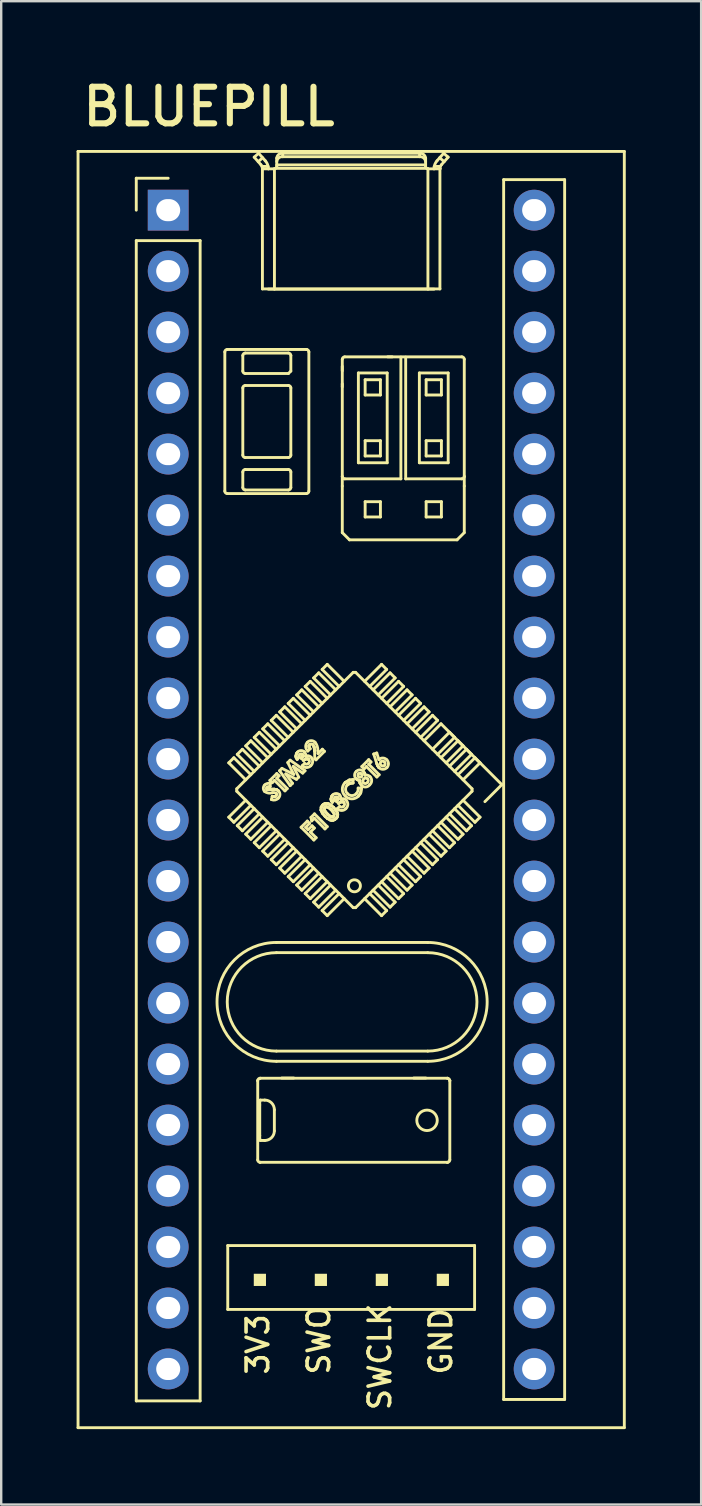
<source format=kicad_pcb>
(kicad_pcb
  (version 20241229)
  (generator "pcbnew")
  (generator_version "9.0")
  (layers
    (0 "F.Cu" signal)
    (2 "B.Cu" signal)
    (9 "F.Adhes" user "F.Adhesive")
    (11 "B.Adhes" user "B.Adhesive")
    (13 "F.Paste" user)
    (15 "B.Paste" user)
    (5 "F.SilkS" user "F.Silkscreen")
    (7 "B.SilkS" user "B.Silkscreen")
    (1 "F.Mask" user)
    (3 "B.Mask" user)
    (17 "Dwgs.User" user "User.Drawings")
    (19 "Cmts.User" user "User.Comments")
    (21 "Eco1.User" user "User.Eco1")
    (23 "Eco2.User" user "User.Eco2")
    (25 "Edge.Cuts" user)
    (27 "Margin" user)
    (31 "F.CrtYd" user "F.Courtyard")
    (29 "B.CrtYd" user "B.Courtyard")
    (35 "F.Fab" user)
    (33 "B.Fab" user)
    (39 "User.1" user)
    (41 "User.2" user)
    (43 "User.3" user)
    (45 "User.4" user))
  (footprint "BLUEPILL"
    (layer "F.Cu")
    (at 11.575 29.832)
    (property "Reference" "BLUEPILL" (at -11.316 -27.546 0) (unlocked yes) (layer "F.SilkS") (effects (font (size 1.524 1.524) (thickness 0.254)) (justify left bottom)))
    (fp_line (start -11.375 -26.575) (end 11.375 -26.575) (stroke (width 0.12) (type solid)) (layer "F.SilkS"))
    (fp_line (start -11.375 26.575) (end -11.375 -26.575) (stroke (width 0.12) (type solid)) (layer "F.SilkS"))
    (fp_line (start -11.375 26.575) (end 11.375 26.575) (stroke (width 0.12) (type solid)) (layer "F.SilkS"))
    (fp_line (start -8.95 -25.46) (end -7.62 -25.46) (stroke (width 0.12) (type solid)) (layer "F.SilkS"))
    (fp_line (start -8.95 -24.13) (end -8.95 -25.46) (stroke (width 0.12) (type solid)) (layer "F.SilkS"))
    (fp_line (start -8.95 -22.86) (end -6.29 -22.86) (stroke (width 0.12) (type solid)) (layer "F.SilkS"))
    (fp_line (start -8.95 25.46) (end -8.95 -22.86) (stroke (width 0.12) (type solid)) (layer "F.SilkS"))
    (fp_line (start -8.95 25.46) (end -6.29 25.46) (stroke (width 0.12) (type solid)) (layer "F.SilkS"))
    (fp_line (start -6.29 25.46) (end -6.29 -22.86) (stroke (width 0.12) (type solid)) (layer "F.SilkS"))
    (fp_line (start -5.262 -12.428) (end -5.262 -18.228) (stroke (width 0.12) (type solid)) (layer "F.SilkS"))
    (fp_line (start -5.163 -18.328) (end -1.863 -18.328) (stroke (width 0.12) (type solid)) (layer "F.SilkS"))
    (fp_line (start -5.163 -12.328) (end -1.863 -12.328) (stroke (width 0.12) (type solid)) (layer "F.SilkS"))
    (fp_line (start -5.14 18.99) (end 5.14 18.99) (stroke (width 0.12) (type solid)) (layer "F.SilkS"))
    (fp_line (start -5.14 21.65) (end -5.14 18.99) (stroke (width 0.12) (type solid)) (layer "F.SilkS"))
    (fp_line (start -5.14 21.65) (end 5.14 21.65) (stroke (width 0.12) (type solid)) (layer "F.SilkS"))
    (fp_line (start -5.098 -1.113) (end -4.886 -1.325) (stroke (width 0.12) (type solid)) (layer "F.SilkS"))
    (fp_line (start -5.098 -1.113) (end -4.391 -0.406) (stroke (width 0.12) (type solid)) (layer "F.SilkS"))
    (fp_line (start -5.098 1.15) (end -4.886 1.362) (stroke (width 0.12) (type solid)) (layer "F.SilkS"))
    (fp_line (start -5.098 1.15) (end -4.391 0.443) (stroke (width 0.12) (type solid)) (layer "F.SilkS"))
    (fp_line (start -4.886 -1.325) (end -4.179 -0.618) (stroke (width 0.12) (type solid)) (layer "F.SilkS"))
    (fp_line (start -4.886 1.362) (end -4.179 0.655) (stroke (width 0.12) (type solid)) (layer "F.SilkS"))
    (fp_line (start -4.765 -0.032) (end 0.085 -4.881) (stroke (width 0.12) (type solid)) (layer "F.SilkS"))
    (fp_line (start -4.765 0.069) (end -4.765 -0.032) (stroke (width 0.12) (type solid)) (layer "F.SilkS"))
    (fp_line (start -4.765 0.069) (end 0.085 4.918) (stroke (width 0.12) (type solid)) (layer "F.SilkS"))
    (fp_line (start -4.744 -1.466) (end -4.532 -1.678) (stroke (width 0.12) (type solid)) (layer "F.SilkS"))
    (fp_line (start -4.744 -1.466) (end -4.037 -0.759) (stroke (width 0.12) (type solid)) (layer "F.SilkS"))
    (fp_line (start -4.744 1.503) (end -4.532 1.716) (stroke (width 0.12) (type solid)) (layer "F.SilkS"))
    (fp_line (start -4.744 1.503) (end -4.037 0.796) (stroke (width 0.12) (type solid)) (layer "F.SilkS"))
    (fp_line (start -4.532 -1.678) (end -3.825 -0.971) (stroke (width 0.12) (type solid)) (layer "F.SilkS"))
    (fp_line (start -4.532 1.716) (end -3.825 1.008) (stroke (width 0.12) (type solid)) (layer "F.SilkS"))
    (fp_line (start -4.513 -17.428) (end -4.513 -18.078) (stroke (width 0.12) (type solid)) (layer "F.SilkS"))
    (fp_line (start -4.513 -13.928) (end -4.513 -16.728) (stroke (width 0.12) (type solid)) (layer "F.SilkS"))
    (fp_line (start -4.513 -12.578) (end -4.513 -13.228) (stroke (width 0.12) (type solid)) (layer "F.SilkS"))
    (fp_line (start -4.412 -18.178) (end -2.612 -18.178) (stroke (width 0.12) (type solid)) (layer "F.SilkS"))
    (fp_line (start -4.412 -17.328) (end -2.612 -17.328) (stroke (width 0.12) (type solid)) (layer "F.SilkS"))
    (fp_line (start -4.412 -16.828) (end -2.612 -16.828) (stroke (width 0.12) (type solid)) (layer "F.SilkS"))
    (fp_line (start -4.412 -13.828) (end -2.612 -13.828) (stroke (width 0.12) (type solid)) (layer "F.SilkS"))
    (fp_line (start -4.412 -13.328) (end -2.612 -13.328) (stroke (width 0.12) (type solid)) (layer "F.SilkS"))
    (fp_line (start -4.412 -12.478) (end -2.612 -12.478) (stroke (width 0.12) (type solid)) (layer "F.SilkS"))
    (fp_line (start -4.391 -1.82) (end -4.179 -2.032) (stroke (width 0.12) (type solid)) (layer "F.SilkS"))
    (fp_line (start -4.391 -1.82) (end -3.684 -1.113) (stroke (width 0.12) (type solid)) (layer "F.SilkS"))
    (fp_line (start -4.391 1.857) (end -4.179 2.069) (stroke (width 0.12) (type solid)) (layer "F.SilkS"))
    (fp_line (start -4.391 1.857) (end -3.684 1.15) (stroke (width 0.12) (type solid)) (layer "F.SilkS"))
    (fp_line (start -4.179 -2.032) (end -3.472 -1.325) (stroke (width 0.12) (type solid)) (layer "F.SilkS"))
    (fp_line (start -4.179 2.069) (end -3.472 1.362) (stroke (width 0.12) (type solid)) (layer "F.SilkS"))
    (fp_line (start -4.038 -26.337) (end -3.853 -26.5) (stroke (width 0.12) (type solid)) (layer "F.SilkS"))
    (fp_line (start -4.038 -26.337) (end -3.759 -26.021) (stroke (width 0.12) (type solid)) (layer "F.SilkS"))
    (fp_line (start -4.037 -2.173) (end -3.825 -2.386) (stroke (width 0.12) (type solid)) (layer "F.SilkS"))
    (fp_line (start -4.037 -2.173) (end -3.33 -1.466) (stroke (width 0.12) (type solid)) (layer "F.SilkS"))
    (fp_line (start -4.037 2.211) (end -3.825 2.423) (stroke (width 0.12) (type solid)) (layer "F.SilkS"))
    (fp_line (start -4.037 2.211) (end -3.33 1.503) (stroke (width 0.12) (type solid)) (layer "F.SilkS"))
    (fp_line (start -3.892 12.123) (end -3.892 12.122) (stroke (width 0.12) (type solid)) (layer "F.SilkS"))
    (fp_line (start -3.892 15.423) (end -3.892 12.123) (stroke (width 0.12) (type solid)) (layer "F.SilkS"))
    (fp_line (start -3.872 -26.15) (end -3.687 -26.312) (stroke (width 0.12) (type solid)) (layer "F.SilkS"))
    (fp_line (start -3.853 -26.5) (end -3.575 -26.185) (stroke (width 0.12) (type solid)) (layer "F.SilkS"))
    (fp_line (start -3.825 -2.386) (end -3.118 -1.678) (stroke (width 0.12) (type solid)) (layer "F.SilkS"))
    (fp_line (start -3.825 2.423) (end -3.118 1.716) (stroke (width 0.12) (type solid)) (layer "F.SilkS"))
    (fp_line (start -3.808 14.414) (end -3.808 13.132) (stroke (width 0.12) (type solid)) (layer "F.SilkS"))
    (fp_line (start -3.793 12.023) (end -3.792 12.023) (stroke (width 0.12) (type solid)) (layer "F.SilkS"))
    (fp_line (start -3.793 15.523) (end -3.792 15.523) (stroke (width 0.12) (type solid)) (layer "F.SilkS"))
    (fp_line (start -3.792 12.023) (end 4.008 12.023) (stroke (width 0.12) (type solid)) (layer "F.SilkS"))
    (fp_line (start -3.792 15.523) (end 4.008 15.523) (stroke (width 0.12) (type solid)) (layer "F.SilkS"))
    (fp_line (start -3.786 12.932) (end -3.599 12.932) (stroke (width 0.12) (type solid)) (layer "F.SilkS"))
    (fp_line (start -3.786 14.614) (end -3.599 14.614) (stroke (width 0.12) (type solid)) (layer "F.SilkS"))
    (fp_line (start -3.715 -25.95) (end -3.459 -25.95) (stroke (width 0.12) (type solid)) (layer "F.SilkS"))
    (fp_line (start -3.696 -25.858) (end -3.691 -25.85) (stroke (width 0.12) (type solid)) (layer "F.SilkS"))
    (fp_line (start -3.696 -25.856) (end -3.696 -25.858) (stroke (width 0.12) (type solid)) (layer "F.SilkS"))
    (fp_line (start -3.696 -20.85) (end -3.696 -25.856) (stroke (width 0.12) (type solid)) (layer "F.SilkS"))
    (fp_line (start -3.696 -20.85) (end 3.696 -20.85) (stroke (width 0.12) (type solid)) (layer "F.SilkS"))
    (fp_line (start -3.691 -25.85) (end -3.69 -25.85) (stroke (width 0.12) (type solid)) (layer "F.SilkS"))
    (fp_line (start -3.69 -25.85) (end -3.2 -25.85) (stroke (width 0.12) (type solid)) (layer "F.SilkS"))
    (fp_line (start -3.684 -2.527) (end -3.472 -2.739) (stroke (width 0.12) (type solid)) (layer "F.SilkS"))
    (fp_line (start -3.684 -2.527) (end -2.977 -1.82) (stroke (width 0.12) (type solid)) (layer "F.SilkS"))
    (fp_line (start -3.684 2.564) (end -3.472 2.776) (stroke (width 0.12) (type solid)) (layer "F.SilkS"))
    (fp_line (start -3.684 2.564) (end -2.977 1.857) (stroke (width 0.12) (type solid)) (layer "F.SilkS"))
    (fp_line (start -3.512 -0.02) (end -3.494 -0.008) (stroke (width 0.12) (type solid)) (layer "F.SilkS"))
    (fp_line (start -3.512 -0.02) (end -3.494 -0.008) (stroke (width 0.12) (type solid)) (layer "F.SilkS"))
    (fp_line (start -3.494 -0.008) (end -3.478 -0.003) (stroke (width 0.12) (type solid)) (layer "F.SilkS"))
    (fp_line (start -3.494 -0.008) (end -3.478 -0.003) (stroke (width 0.12) (type solid)) (layer "F.SilkS"))
    (fp_line (start -3.478 -0.003) (end -3.399 -0.003) (stroke (width 0.12) (type solid)) (layer "F.SilkS"))
    (fp_line (start -3.478 -0.003) (end -3.399 -0.003) (stroke (width 0.12) (type solid)) (layer "F.SilkS"))
    (fp_line (start -3.472 -2.739) (end -2.765 -2.032) (stroke (width 0.12) (type solid)) (layer "F.SilkS"))
    (fp_line (start -3.472 2.776) (end -2.765 2.069) (stroke (width 0.12) (type solid)) (layer "F.SilkS"))
    (fp_line (start -3.45 -25.85) (end -3.45 -25.854) (stroke (width 0.12) (type solid)) (layer "F.SilkS"))
    (fp_line (start -3.45 -20.84) (end 3.45 -20.84) (stroke (width 0.12) (type solid)) (layer "F.SilkS"))
    (fp_line (start -3.399 -0.003) (end -3.338 -0.007) (stroke (width 0.12) (type solid)) (layer "F.SilkS"))
    (fp_line (start -3.399 -0.003) (end -3.338 -0.007) (stroke (width 0.12) (type solid)) (layer "F.SilkS"))
    (fp_line (start -3.384 -0.381) (end -3.289 -0.286) (stroke (width 0.12) (type solid)) (layer "F.SilkS"))
    (fp_line (start -3.384 -0.381) (end -3.098 -0.666) (stroke (width 0.12) (type solid)) (layer "F.SilkS"))
    (fp_line (start -3.373 -0.119) (end -3.367 -0.256) (stroke (width 0.12) (type solid)) (layer "F.SilkS"))
    (fp_line (start -3.338 -0.007) (end -3.265 -0.012) (stroke (width 0.12) (type solid)) (layer "F.SilkS"))
    (fp_line (start -3.338 -0.007) (end -3.265 -0.012) (stroke (width 0.12) (type solid)) (layer "F.SilkS"))
    (fp_line (start -3.33 -2.881) (end -3.118 -3.093) (stroke (width 0.12) (type solid)) (layer "F.SilkS"))
    (fp_line (start -3.33 -2.881) (end -2.623 -2.173) (stroke (width 0.12) (type solid)) (layer "F.SilkS"))
    (fp_line (start -3.33 2.918) (end -3.118 3.13) (stroke (width 0.12) (type solid)) (layer "F.SilkS"))
    (fp_line (start -3.33 2.918) (end -2.623 2.211) (stroke (width 0.12) (type solid)) (layer "F.SilkS"))
    (fp_line (start -3.32 0.417) (end -3.287 0.283) (stroke (width 0.12) (type solid)) (layer "F.SilkS"))
    (fp_line (start -3.289 -0.286) (end -3.193 -0.381) (stroke (width 0.12) (type solid)) (layer "F.SilkS"))
    (fp_line (start -3.287 0.283) (end -3.196 0.294) (stroke (width 0.12) (type solid)) (layer "F.SilkS"))
    (fp_line (start -3.287 0.283) (end -3.196 0.294) (stroke (width 0.12) (type solid)) (layer "F.SilkS"))
    (fp_line (start -3.265 -0.012) (end -3.208 -0.014) (stroke (width 0.12) (type solid)) (layer "F.SilkS"))
    (fp_line (start -3.265 -0.012) (end -3.208 -0.014) (stroke (width 0.12) (type solid)) (layer "F.SilkS"))
    (fp_line (start -3.208 -0.014) (end -3.102 0.005) (stroke (width 0.12) (type solid)) (layer "F.SilkS"))
    (fp_line (start -3.208 -0.014) (end -3.102 0.005) (stroke (width 0.12) (type solid)) (layer "F.SilkS"))
    (fp_line (start -3.2 -25.85) (end -3.196 -25.85) (stroke (width 0.12) (type solid)) (layer "F.SilkS"))
    (fp_line (start -3.199 14.214) (end -3.199 13.332) (stroke (width 0.12) (type solid)) (layer "F.SilkS"))
    (fp_line (start -3.196 -20.84) (end -3.196 -25.85) (stroke (width 0.12) (type solid)) (layer "F.SilkS"))
    (fp_line (start -3.196 0.294) (end -3.161 0.284) (stroke (width 0.12) (type solid)) (layer "F.SilkS"))
    (fp_line (start -3.196 0.294) (end -3.161 0.284) (stroke (width 0.12) (type solid)) (layer "F.SilkS"))
    (fp_line (start -3.193 -0.381) (end -2.758 0.054) (stroke (width 0.12) (type solid)) (layer "F.SilkS"))
    (fp_line (start -3.161 0.284) (end -3.132 0.264) (stroke (width 0.12) (type solid)) (layer "F.SilkS"))
    (fp_line (start -3.161 0.284) (end -3.132 0.264) (stroke (width 0.12) (type solid)) (layer "F.SilkS"))
    (fp_line (start -3.138 -25.871) (end 3.138 -25.871) (stroke (width 0.12) (type solid)) (layer "F.SilkS"))
    (fp_line (start -3.118 -3.093) (end -2.411 -2.386) (stroke (width 0.12) (type solid)) (layer "F.SilkS"))
    (fp_line (start -3.118 3.13) (end -2.411 2.423) (stroke (width 0.12) (type solid)) (layer "F.SilkS"))
    (fp_line (start -3.112 6.368) (end 3.188 6.368) (stroke (width 0.12) (type solid)) (layer "F.SilkS"))
    (fp_line (start -3.112 6.792) (end 3.188 6.792) (stroke (width 0.12) (type solid)) (layer "F.SilkS"))
    (fp_line (start -3.112 10.893) (end 3.188 10.893) (stroke (width 0.12) (type solid)) (layer "F.SilkS"))
    (fp_line (start -3.112 11.317) (end 3.188 11.317) (stroke (width 0.12) (type solid)) (layer "F.SilkS"))
    (fp_line (start -3.102 0.005) (end -3.031 0.053) (stroke (width 0.12) (type solid)) (layer "F.SilkS"))
    (fp_line (start -3.102 0.005) (end -3.031 0.053) (stroke (width 0.12) (type solid)) (layer "F.SilkS"))
    (fp_line (start -3.1 -26.015) (end 3.1 -26.015) (stroke (width 0.12) (type solid)) (layer "F.SilkS"))
    (fp_line (start -3.1 -25.95) (end -3.1 -26.295) (stroke (width 0.12) (type solid)) (layer "F.SilkS"))
    (fp_line (start -3.098 -0.666) (end -3.003 -0.572) (stroke (width 0.12) (type solid)) (layer "F.SilkS"))
    (fp_line (start -3.098 -0.476) (end -3.003 -0.572) (stroke (width 0.12) (type solid)) (layer "F.SilkS"))
    (fp_line (start -3.098 -0.476) (end -2.663 -0.041) (stroke (width 0.12) (type solid)) (layer "F.SilkS"))
    (fp_line (start -2.981 -0.783) (end -2.883 -0.882) (stroke (width 0.12) (type solid)) (layer "F.SilkS"))
    (fp_line (start -2.981 -0.783) (end -2.541 -0.164) (stroke (width 0.12) (type solid)) (layer "F.SilkS"))
    (fp_line (start -2.977 -3.234) (end -2.765 -3.446) (stroke (width 0.12) (type solid)) (layer "F.SilkS"))
    (fp_line (start -2.977 -3.234) (end -2.27 -2.527) (stroke (width 0.12) (type solid)) (layer "F.SilkS"))
    (fp_line (start -2.977 3.271) (end -2.765 3.483) (stroke (width 0.12) (type solid)) (layer "F.SilkS"))
    (fp_line (start -2.977 3.271) (end -2.27 2.564) (stroke (width 0.12) (type solid)) (layer "F.SilkS"))
    (fp_line (start -2.892 12.013) (end -2.392 12.013) (stroke (width 0.12) (type solid)) (layer "F.SilkS"))
    (fp_line (start -2.883 -0.882) (end -2.392 -0.633) (stroke (width 0.12) (type solid)) (layer "F.SilkS"))
    (fp_line (start -2.85 -26.5) (end 2.85 -26.5) (stroke (width 0.12) (type solid)) (layer "F.SilkS"))
    (fp_line (start -2.85 -26.357) (end -2.85 -26.5) (stroke (width 0.12) (type solid)) (layer "F.SilkS"))
    (fp_line (start -2.85 -26.357) (end 2.85 -26.357) (stroke (width 0.12) (type solid)) (layer "F.SilkS"))
    (fp_line (start -2.765 -3.446) (end -2.058 -2.739) (stroke (width 0.12) (type solid)) (layer "F.SilkS"))
    (fp_line (start -2.765 3.483) (end -2.058 2.776) (stroke (width 0.12) (type solid)) (layer "F.SilkS"))
    (fp_line (start -2.758 0.054) (end -2.663 -0.041) (stroke (width 0.12) (type solid)) (layer "F.SilkS"))
    (fp_line (start -2.723 -0.652) (end -2.444 -0.26) (stroke (width 0.12) (type solid)) (layer "F.SilkS"))
    (fp_line (start -2.723 -0.652) (end -2.278 -0.426) (stroke (width 0.12) (type solid)) (layer "F.SilkS"))
    (fp_line (start -2.64 -1.125) (end -2.542 -1.223) (stroke (width 0.12) (type solid)) (layer "F.SilkS"))
    (fp_line (start -2.64 -1.125) (end -2.392 -0.633) (stroke (width 0.12) (type solid)) (layer "F.SilkS"))
    (fp_line (start -2.623 -3.588) (end -2.411 -3.8) (stroke (width 0.12) (type solid)) (layer "F.SilkS"))
    (fp_line (start -2.623 -3.588) (end -1.916 -2.881) (stroke (width 0.12) (type solid)) (layer "F.SilkS"))
    (fp_line (start -2.623 3.625) (end -2.411 3.837) (stroke (width 0.12) (type solid)) (layer "F.SilkS"))
    (fp_line (start -2.623 3.625) (end -1.916 2.918) (stroke (width 0.12) (type solid)) (layer "F.SilkS"))
    (fp_line (start -2.612 -17.328) (end -2.513 -17.428) (stroke (width 0.12) (type solid)) (layer "F.SilkS"))
    (fp_line (start -2.542 -1.223) (end -1.922 -0.782) (stroke (width 0.12) (type solid)) (layer "F.SilkS"))
    (fp_line (start -2.541 -0.164) (end -2.444 -0.26) (stroke (width 0.12) (type solid)) (layer "F.SilkS"))
    (fp_line (start -2.513 -17.428) (end -2.513 -18.078) (stroke (width 0.12) (type solid)) (layer "F.SilkS"))
    (fp_line (start -2.513 -13.928) (end -2.513 -16.728) (stroke (width 0.12) (type solid)) (layer "F.SilkS"))
    (fp_line (start -2.513 -12.578) (end -2.513 -13.228) (stroke (width 0.12) (type solid)) (layer "F.SilkS"))
    (fp_line (start -2.411 -3.8) (end -1.704 -3.093) (stroke (width 0.12) (type solid)) (layer "F.SilkS"))
    (fp_line (start -2.411 3.837) (end -1.704 3.13) (stroke (width 0.12) (type solid)) (layer "F.SilkS"))
    (fp_line (start -2.41 -0.964) (end -2.185 -0.519) (stroke (width 0.12) (type solid)) (layer "F.SilkS"))
    (fp_line (start -2.41 -0.964) (end -2.018 -0.686) (stroke (width 0.12) (type solid)) (layer "F.SilkS"))
    (fp_line (start -2.301 -1.392) (end -2.289 -1.329) (stroke (width 0.12) (type solid)) (layer "F.SilkS"))
    (fp_line (start -2.301 -1.392) (end -2.289 -1.329) (stroke (width 0.12) (type solid)) (layer "F.SilkS"))
    (fp_line (start -2.301 -1.392) (end -2.281 -1.493) (stroke (width 0.12) (type solid)) (layer "F.SilkS"))
    (fp_line (start -2.301 -1.392) (end -2.281 -1.493) (stroke (width 0.12) (type solid)) (layer "F.SilkS"))
    (fp_line (start -2.289 -1.329) (end -2.248 -1.258) (stroke (width 0.12) (type solid)) (layer "F.SilkS"))
    (fp_line (start -2.289 -1.329) (end -2.248 -1.258) (stroke (width 0.12) (type solid)) (layer "F.SilkS"))
    (fp_line (start -2.281 -1.493) (end -2.233 -1.559) (stroke (width 0.12) (type solid)) (layer "F.SilkS"))
    (fp_line (start -2.281 -1.493) (end -2.233 -1.559) (stroke (width 0.12) (type solid)) (layer "F.SilkS"))
    (fp_line (start -2.278 -0.426) (end -2.185 -0.519) (stroke (width 0.12) (type solid)) (layer "F.SilkS"))
    (fp_line (start -2.27 -3.941) (end -2.058 -4.153) (stroke (width 0.12) (type solid)) (layer "F.SilkS"))
    (fp_line (start -2.27 -3.941) (end -1.563 -3.234) (stroke (width 0.12) (type solid)) (layer "F.SilkS"))
    (fp_line (start -2.27 3.978) (end -2.058 4.19) (stroke (width 0.12) (type solid)) (layer "F.SilkS"))
    (fp_line (start -2.27 3.978) (end -1.563 3.271) (stroke (width 0.12) (type solid)) (layer "F.SilkS"))
    (fp_line (start -2.248 -1.258) (end -2.153 -1.353) (stroke (width 0.12) (type solid)) (layer "F.SilkS"))
    (fp_line (start -2.085 1.57) (end -1.827 1.312) (stroke (width 0.12) (type solid)) (layer "F.SilkS"))
    (fp_line (start -2.085 1.57) (end -1.555 2.101) (stroke (width 0.12) (type solid)) (layer "F.SilkS"))
    (fp_line (start -2.071 -1.299) (end -2.02 -1.378) (stroke (width 0.12) (type solid)) (layer "F.SilkS"))
    (fp_line (start -2.071 -1.299) (end -2.02 -1.378) (stroke (width 0.12) (type solid)) (layer "F.SilkS"))
    (fp_line (start -2.071 -1.299) (end -1.983 -1.211) (stroke (width 0.12) (type solid)) (layer "F.SilkS"))
    (fp_line (start -2.058 -4.153) (end -1.351 -3.446) (stroke (width 0.12) (type solid)) (layer "F.SilkS"))
    (fp_line (start -2.058 4.19) (end -1.351 3.483) (stroke (width 0.12) (type solid)) (layer "F.SilkS"))
    (fp_line (start -2.038 -0.993) (end -1.942 -1.088) (stroke (width 0.12) (type solid)) (layer "F.SilkS"))
    (fp_line (start -2.035 -1.467) (end -2.022 -1.447) (stroke (width 0.12) (type solid)) (layer "F.SilkS"))
    (fp_line (start -2.035 -1.467) (end -2.022 -1.447) (stroke (width 0.12) (type solid)) (layer "F.SilkS"))
    (fp_line (start -2.022 -1.447) (end -2.015 -1.424) (stroke (width 0.12) (type solid)) (layer "F.SilkS"))
    (fp_line (start -2.022 -1.447) (end -2.015 -1.424) (stroke (width 0.12) (type solid)) (layer "F.SilkS"))
    (fp_line (start -2.02 -1.378) (end -2.015 -1.424) (stroke (width 0.12) (type solid)) (layer "F.SilkS"))
    (fp_line (start -2.02 -1.378) (end -2.015 -1.424) (stroke (width 0.12) (type solid)) (layer "F.SilkS"))
    (fp_line (start -2.018 -0.686) (end -1.922 -0.782) (stroke (width 0.12) (type solid)) (layer "F.SilkS"))
    (fp_line (start -1.983 -1.211) (end -1.882 -1.276) (stroke (width 0.12) (type solid)) (layer "F.SilkS"))
    (fp_line (start -1.983 -1.211) (end -1.882 -1.276) (stroke (width 0.12) (type solid)) (layer "F.SilkS"))
    (fp_line (start -1.916 -4.295) (end -1.704 -4.507) (stroke (width 0.12) (type solid)) (layer "F.SilkS"))
    (fp_line (start -1.916 -4.295) (end -1.209 -3.588) (stroke (width 0.12) (type solid)) (layer "F.SilkS"))
    (fp_line (start -1.916 4.332) (end -1.704 4.544) (stroke (width 0.12) (type solid)) (layer "F.SilkS"))
    (fp_line (start -1.916 4.332) (end -1.209 3.625) (stroke (width 0.12) (type solid)) (layer "F.SilkS"))
    (fp_line (start -1.895 1.57) (end -1.793 1.672) (stroke (width 0.12) (type solid)) (layer "F.SilkS"))
    (fp_line (start -1.895 1.57) (end -1.732 1.407) (stroke (width 0.12) (type solid)) (layer "F.SilkS"))
    (fp_line (start -1.882 -1.276) (end -1.821 -1.281) (stroke (width 0.12) (type solid)) (layer "F.SilkS"))
    (fp_line (start -1.882 -1.276) (end -1.821 -1.281) (stroke (width 0.12) (type solid)) (layer "F.SilkS"))
    (fp_line (start -1.863 -18.328) (end -1.858 -18.328) (stroke (width 0.12) (type solid)) (layer "F.SilkS"))
    (fp_line (start -1.827 1.312) (end -1.732 1.407) (stroke (width 0.12) (type solid)) (layer "F.SilkS"))
    (fp_line (start -1.821 -1.281) (end -1.793 -1.272) (stroke (width 0.12) (type solid)) (layer "F.SilkS"))
    (fp_line (start -1.821 -1.281) (end -1.793 -1.272) (stroke (width 0.12) (type solid)) (layer "F.SilkS"))
    (fp_line (start -1.806 -1.605) (end -1.711 -1.7) (stroke (width 0.12) (type solid)) (layer "F.SilkS"))
    (fp_line (start -1.793 -1.272) (end -1.768 -1.254) (stroke (width 0.12) (type solid)) (layer "F.SilkS"))
    (fp_line (start -1.793 -1.272) (end -1.768 -1.254) (stroke (width 0.12) (type solid)) (layer "F.SilkS"))
    (fp_line (start -1.793 1.672) (end -1.629 1.509) (stroke (width 0.12) (type solid)) (layer "F.SilkS"))
    (fp_line (start -1.762 -12.428) (end -1.762 -18.228) (stroke (width 0.12) (type solid)) (layer "F.SilkS"))
    (fp_line (start -1.758 -1.823) (end -1.754 -1.77) (stroke (width 0.12) (type solid)) (layer "F.SilkS"))
    (fp_line (start -1.758 -1.823) (end -1.754 -1.77) (stroke (width 0.12) (type solid)) (layer "F.SilkS"))
    (fp_line (start -1.758 -1.823) (end -1.733 -1.869) (stroke (width 0.12) (type solid)) (layer "F.SilkS"))
    (fp_line (start -1.758 -1.823) (end -1.733 -1.869) (stroke (width 0.12) (type solid)) (layer "F.SilkS"))
    (fp_line (start -1.754 -1.77) (end -1.711 -1.7) (stroke (width 0.12) (type solid)) (layer "F.SilkS"))
    (fp_line (start -1.754 -1.77) (end -1.711 -1.7) (stroke (width 0.12) (type solid)) (layer "F.SilkS"))
    (fp_line (start -1.704 -4.507) (end -0.997 -3.8) (stroke (width 0.12) (type solid)) (layer "F.SilkS"))
    (fp_line (start -1.704 4.544) (end -0.997 3.837) (stroke (width 0.12) (type solid)) (layer "F.SilkS"))
    (fp_line (start -1.697 1.768) (end -1.534 1.604) (stroke (width 0.12) (type solid)) (layer "F.SilkS"))
    (fp_line (start -1.697 1.768) (end -1.459 2.005) (stroke (width 0.12) (type solid)) (layer "F.SilkS"))
    (fp_line (start -1.675 1.16) (end -1.643 1.305) (stroke (width 0.12) (type solid)) (layer "F.SilkS"))
    (fp_line (start -1.675 1.16) (end -1.528 1.013) (stroke (width 0.12) (type solid)) (layer "F.SilkS"))
    (fp_line (start -1.643 1.305) (end -1.534 1.196) (stroke (width 0.12) (type solid)) (layer "F.SilkS"))
    (fp_line (start -1.629 1.509) (end -1.534 1.604) (stroke (width 0.12) (type solid)) (layer "F.SilkS"))
    (fp_line (start -1.593 -1.867) (end -1.54 -1.761) (stroke (width 0.12) (type solid)) (layer "F.SilkS"))
    (fp_line (start -1.593 -1.867) (end -1.54 -1.761) (stroke (width 0.12) (type solid)) (layer "F.SilkS"))
    (fp_line (start -1.563 -4.648) (end -1.351 -4.861) (stroke (width 0.12) (type solid)) (layer "F.SilkS"))
    (fp_line (start -1.563 -4.648) (end -0.855 -3.941) (stroke (width 0.12) (type solid)) (layer "F.SilkS"))
    (fp_line (start -1.563 4.686) (end -1.351 4.898) (stroke (width 0.12) (type solid)) (layer "F.SilkS"))
    (fp_line (start -1.563 4.686) (end -0.855 3.978) (stroke (width 0.12) (type solid)) (layer "F.SilkS"))
    (fp_line (start -1.555 2.101) (end -1.459 2.005) (stroke (width 0.12) (type solid)) (layer "F.SilkS"))
    (fp_line (start -1.54 -1.761) (end -1.525 -1.61) (stroke (width 0.12) (type solid)) (layer "F.SilkS"))
    (fp_line (start -1.54 -1.761) (end -1.525 -1.61) (stroke (width 0.12) (type solid)) (layer "F.SilkS"))
    (fp_line (start -1.534 1.196) (end -1.092 1.638) (stroke (width 0.12) (type solid)) (layer "F.SilkS"))
    (fp_line (start -1.528 1.013) (end -0.997 1.543) (stroke (width 0.12) (type solid)) (layer "F.SilkS"))
    (fp_line (start -1.525 -1.61) (end -1.515 -1.286) (stroke (width 0.12) (type solid)) (layer "F.SilkS"))
    (fp_line (start -1.515 -1.286) (end -1.466 -1.238) (stroke (width 0.12) (type solid)) (layer "F.SilkS"))
    (fp_line (start -1.466 -1.238) (end -1.113 -1.591) (stroke (width 0.12) (type solid)) (layer "F.SilkS"))
    (fp_line (start -1.388 -1.62) (end -1.38 -1.501) (stroke (width 0.12) (type solid)) (layer "F.SilkS"))
    (fp_line (start -1.38 -1.501) (end -1.201 -1.68) (stroke (width 0.12) (type solid)) (layer "F.SilkS"))
    (fp_line (start -1.351 -4.861) (end -0.643 -4.153) (stroke (width 0.12) (type solid)) (layer "F.SilkS"))
    (fp_line (start -1.351 4.898) (end -0.643 4.19) (stroke (width 0.12) (type solid)) (layer "F.SilkS"))
    (fp_line (start -1.256 0.858) (end -1.247 0.733) (stroke (width 0.12) (type solid)) (layer "F.SilkS"))
    (fp_line (start -1.256 0.858) (end -1.247 0.733) (stroke (width 0.12) (type solid)) (layer "F.SilkS"))
    (fp_line (start -1.256 0.858) (end -1.199 0.981) (stroke (width 0.12) (type solid)) (layer "F.SilkS"))
    (fp_line (start -1.256 0.858) (end -1.199 0.981) (stroke (width 0.12) (type solid)) (layer "F.SilkS"))
    (fp_line (start -1.247 0.733) (end -1.193 0.651) (stroke (width 0.12) (type solid)) (layer "F.SilkS"))
    (fp_line (start -1.247 0.733) (end -1.193 0.651) (stroke (width 0.12) (type solid)) (layer "F.SilkS"))
    (fp_line (start -1.209 -5.002) (end -0.997 -5.214) (stroke (width 0.12) (type solid)) (layer "F.SilkS"))
    (fp_line (start -1.209 -5.002) (end -0.502 -4.295) (stroke (width 0.12) (type solid)) (layer "F.SilkS"))
    (fp_line (start -1.209 5.039) (end -0.997 5.251) (stroke (width 0.12) (type solid)) (layer "F.SilkS"))
    (fp_line (start -1.209 5.039) (end -0.502 4.332) (stroke (width 0.12) (type solid)) (layer "F.SilkS"))
    (fp_line (start -1.201 -1.68) (end -1.113 -1.591) (stroke (width 0.12) (type solid)) (layer "F.SilkS"))
    (fp_line (start -1.199 0.981) (end -1.087 1.113) (stroke (width 0.12) (type solid)) (layer "F.SilkS"))
    (fp_line (start -1.199 0.981) (end -1.087 1.113) (stroke (width 0.12) (type solid)) (layer "F.SilkS"))
    (fp_line (start -1.193 0.651) (end -1.14 0.61) (stroke (width 0.12) (type solid)) (layer "F.SilkS"))
    (fp_line (start -1.193 0.651) (end -1.14 0.61) (stroke (width 0.12) (type solid)) (layer "F.SilkS"))
    (fp_line (start -1.14 0.61) (end -1.079 0.585) (stroke (width 0.12) (type solid)) (layer "F.SilkS"))
    (fp_line (start -1.14 0.61) (end -1.079 0.585) (stroke (width 0.12) (type solid)) (layer "F.SilkS"))
    (fp_line (start -1.124 0.818) (end -1.117 0.777) (stroke (width 0.12) (type solid)) (layer "F.SilkS"))
    (fp_line (start -1.124 0.818) (end -1.117 0.777) (stroke (width 0.12) (type solid)) (layer "F.SilkS"))
    (fp_line (start -1.124 0.818) (end -1.096 0.894) (stroke (width 0.12) (type solid)) (layer "F.SilkS"))
    (fp_line (start -1.124 0.818) (end -1.096 0.894) (stroke (width 0.12) (type solid)) (layer "F.SilkS"))
    (fp_line (start -1.117 0.777) (end -1.095 0.743) (stroke (width 0.12) (type solid)) (layer "F.SilkS"))
    (fp_line (start -1.117 0.777) (end -1.095 0.743) (stroke (width 0.12) (type solid)) (layer "F.SilkS"))
    (fp_line (start -1.096 0.894) (end -0.991 1.019) (stroke (width 0.12) (type solid)) (layer "F.SilkS"))
    (fp_line (start -1.096 0.894) (end -0.991 1.019) (stroke (width 0.12) (type solid)) (layer "F.SilkS"))
    (fp_line (start -1.095 0.743) (end -1.062 0.722) (stroke (width 0.12) (type solid)) (layer "F.SilkS"))
    (fp_line (start -1.095 0.743) (end -1.062 0.722) (stroke (width 0.12) (type solid)) (layer "F.SilkS"))
    (fp_line (start -1.092 1.638) (end -0.997 1.543) (stroke (width 0.12) (type solid)) (layer "F.SilkS"))
    (fp_line (start -1.087 1.113) (end -0.989 1.201) (stroke (width 0.12) (type solid)) (layer "F.SilkS"))
    (fp_line (start -1.087 1.113) (end -0.989 1.201) (stroke (width 0.12) (type solid)) (layer "F.SilkS"))
    (fp_line (start -1.079 0.585) (end -1.012 0.58) (stroke (width 0.12) (type solid)) (layer "F.SilkS"))
    (fp_line (start -1.079 0.585) (end -1.012 0.58) (stroke (width 0.12) (type solid)) (layer "F.SilkS"))
    (fp_line (start -1.062 0.722) (end -1.023 0.718) (stroke (width 0.12) (type solid)) (layer "F.SilkS"))
    (fp_line (start -1.062 0.722) (end -1.023 0.718) (stroke (width 0.12) (type solid)) (layer "F.SilkS"))
    (fp_line (start -1.023 0.718) (end -0.949 0.742) (stroke (width 0.12) (type solid)) (layer "F.SilkS"))
    (fp_line (start -1.023 0.718) (end -0.949 0.742) (stroke (width 0.12) (type solid)) (layer "F.SilkS"))
    (fp_line (start -1.012 0.58) (end -0.947 0.595) (stroke (width 0.12) (type solid)) (layer "F.SilkS"))
    (fp_line (start -1.012 0.58) (end -0.947 0.595) (stroke (width 0.12) (type solid)) (layer "F.SilkS"))
    (fp_line (start -0.997 -5.214) (end -0.29 -4.507) (stroke (width 0.12) (type solid)) (layer "F.SilkS"))
    (fp_line (start -0.997 5.251) (end -0.29 4.544) (stroke (width 0.12) (type solid)) (layer "F.SilkS"))
    (fp_line (start -0.991 1.019) (end -0.871 1.116) (stroke (width 0.12) (type solid)) (layer "F.SilkS"))
    (fp_line (start -0.991 1.019) (end -0.871 1.116) (stroke (width 0.12) (type solid)) (layer "F.SilkS"))
    (fp_line (start -0.989 1.201) (end -0.874 1.264) (stroke (width 0.12) (type solid)) (layer "F.SilkS"))
    (fp_line (start -0.989 1.201) (end -0.874 1.264) (stroke (width 0.12) (type solid)) (layer "F.SilkS"))
    (fp_line (start -0.949 0.742) (end -0.827 0.843) (stroke (width 0.12) (type solid)) (layer "F.SilkS"))
    (fp_line (start -0.949 0.742) (end -0.827 0.843) (stroke (width 0.12) (type solid)) (layer "F.SilkS"))
    (fp_line (start -0.947 0.595) (end -0.832 0.659) (stroke (width 0.12) (type solid)) (layer "F.SilkS"))
    (fp_line (start -0.947 0.595) (end -0.832 0.659) (stroke (width 0.12) (type solid)) (layer "F.SilkS"))
    (fp_line (start -0.874 1.264) (end -0.809 1.277) (stroke (width 0.12) (type solid)) (layer "F.SilkS"))
    (fp_line (start -0.874 1.264) (end -0.809 1.277) (stroke (width 0.12) (type solid)) (layer "F.SilkS"))
    (fp_line (start -0.871 1.116) (end -0.798 1.138) (stroke (width 0.12) (type solid)) (layer "F.SilkS"))
    (fp_line (start -0.871 1.116) (end -0.798 1.138) (stroke (width 0.12) (type solid)) (layer "F.SilkS"))
    (fp_line (start -0.839 0.396) (end -0.827 0.459) (stroke (width 0.12) (type solid)) (layer "F.SilkS"))
    (fp_line (start -0.839 0.396) (end -0.827 0.459) (stroke (width 0.12) (type solid)) (layer "F.SilkS"))
    (fp_line (start -0.839 0.396) (end -0.819 0.295) (stroke (width 0.12) (type solid)) (layer "F.SilkS"))
    (fp_line (start -0.839 0.396) (end -0.819 0.295) (stroke (width 0.12) (type solid)) (layer "F.SilkS"))
    (fp_line (start -0.832 0.659) (end -0.732 0.748) (stroke (width 0.12) (type solid)) (layer "F.SilkS"))
    (fp_line (start -0.832 0.659) (end -0.732 0.748) (stroke (width 0.12) (type solid)) (layer "F.SilkS"))
    (fp_line (start -0.827 0.459) (end -0.786 0.53) (stroke (width 0.12) (type solid)) (layer "F.SilkS"))
    (fp_line (start -0.827 0.459) (end -0.786 0.53) (stroke (width 0.12) (type solid)) (layer "F.SilkS"))
    (fp_line (start -0.827 0.843) (end -0.764 0.913) (stroke (width 0.12) (type solid)) (layer "F.SilkS"))
    (fp_line (start -0.827 0.843) (end -0.764 0.913) (stroke (width 0.12) (type solid)) (layer "F.SilkS"))
    (fp_line (start -0.819 0.295) (end -0.771 0.229) (stroke (width 0.12) (type solid)) (layer "F.SilkS"))
    (fp_line (start -0.819 0.295) (end -0.771 0.229) (stroke (width 0.12) (type solid)) (layer "F.SilkS"))
    (fp_line (start -0.809 1.277) (end -0.744 1.272) (stroke (width 0.12) (type solid)) (layer "F.SilkS"))
    (fp_line (start -0.809 1.277) (end -0.744 1.272) (stroke (width 0.12) (type solid)) (layer "F.SilkS"))
    (fp_line (start -0.798 1.138) (end -0.76 1.132) (stroke (width 0.12) (type solid)) (layer "F.SilkS"))
    (fp_line (start -0.798 1.138) (end -0.76 1.132) (stroke (width 0.12) (type solid)) (layer "F.SilkS"))
    (fp_line (start -0.786 0.53) (end -0.691 0.435) (stroke (width 0.12) (type solid)) (layer "F.SilkS"))
    (fp_line (start -0.764 0.913) (end -0.706 1.016) (stroke (width 0.12) (type solid)) (layer "F.SilkS"))
    (fp_line (start -0.764 0.913) (end -0.706 1.016) (stroke (width 0.12) (type solid)) (layer "F.SilkS"))
    (fp_line (start -0.76 1.132) (end -0.728 1.111) (stroke (width 0.12) (type solid)) (layer "F.SilkS"))
    (fp_line (start -0.76 1.132) (end -0.728 1.111) (stroke (width 0.12) (type solid)) (layer "F.SilkS"))
    (fp_line (start -0.744 1.272) (end -0.684 1.247) (stroke (width 0.12) (type solid)) (layer "F.SilkS"))
    (fp_line (start -0.744 1.272) (end -0.684 1.247) (stroke (width 0.12) (type solid)) (layer "F.SilkS"))
    (fp_line (start -0.732 0.748) (end -0.644 0.847) (stroke (width 0.12) (type solid)) (layer "F.SilkS"))
    (fp_line (start -0.732 0.748) (end -0.644 0.847) (stroke (width 0.12) (type solid)) (layer "F.SilkS"))
    (fp_line (start -0.684 1.247) (end -0.632 1.205) (stroke (width 0.12) (type solid)) (layer "F.SilkS"))
    (fp_line (start -0.684 1.247) (end -0.632 1.205) (stroke (width 0.12) (type solid)) (layer "F.SilkS"))
    (fp_line (start -0.644 0.847) (end -0.579 0.962) (stroke (width 0.12) (type solid)) (layer "F.SilkS"))
    (fp_line (start -0.644 0.847) (end -0.579 0.962) (stroke (width 0.12) (type solid)) (layer "F.SilkS"))
    (fp_line (start -0.632 1.205) (end -0.591 1.154) (stroke (width 0.12) (type solid)) (layer "F.SilkS"))
    (fp_line (start -0.632 1.205) (end -0.591 1.154) (stroke (width 0.12) (type solid)) (layer "F.SilkS"))
    (fp_line (start -0.61 0.489) (end -0.558 0.41) (stroke (width 0.12) (type solid)) (layer "F.SilkS"))
    (fp_line (start -0.61 0.489) (end -0.558 0.41) (stroke (width 0.12) (type solid)) (layer "F.SilkS"))
    (fp_line (start -0.61 0.489) (end -0.521 0.578) (stroke (width 0.12) (type solid)) (layer "F.SilkS"))
    (fp_line (start -0.591 1.154) (end -0.566 1.092) (stroke (width 0.12) (type solid)) (layer "F.SilkS"))
    (fp_line (start -0.591 1.154) (end -0.566 1.092) (stroke (width 0.12) (type solid)) (layer "F.SilkS"))
    (fp_line (start -0.579 0.962) (end -0.563 1.026) (stroke (width 0.12) (type solid)) (layer "F.SilkS"))
    (fp_line (start -0.579 0.962) (end -0.563 1.026) (stroke (width 0.12) (type solid)) (layer "F.SilkS"))
    (fp_line (start -0.576 0.795) (end -0.481 0.7) (stroke (width 0.12) (type solid)) (layer "F.SilkS"))
    (fp_line (start -0.573 0.322) (end -0.56 0.341) (stroke (width 0.12) (type solid)) (layer "F.SilkS"))
    (fp_line (start -0.573 0.322) (end -0.56 0.341) (stroke (width 0.12) (type solid)) (layer "F.SilkS"))
    (fp_line (start -0.566 1.092) (end -0.563 1.026) (stroke (width 0.12) (type solid)) (layer "F.SilkS"))
    (fp_line (start -0.566 1.092) (end -0.563 1.026) (stroke (width 0.12) (type solid)) (layer "F.SilkS"))
    (fp_line (start -0.56 0.341) (end -0.553 0.364) (stroke (width 0.12) (type solid)) (layer "F.SilkS"))
    (fp_line (start -0.56 0.341) (end -0.553 0.364) (stroke (width 0.12) (type solid)) (layer "F.SilkS"))
    (fp_line (start -0.558 0.41) (end -0.553 0.364) (stroke (width 0.12) (type solid)) (layer "F.SilkS"))
    (fp_line (start -0.558 0.41) (end -0.553 0.364) (stroke (width 0.12) (type solid)) (layer "F.SilkS"))
    (fp_line (start -0.521 0.578) (end -0.42 0.512) (stroke (width 0.12) (type solid)) (layer "F.SilkS"))
    (fp_line (start -0.521 0.578) (end -0.42 0.512) (stroke (width 0.12) (type solid)) (layer "F.SilkS"))
    (fp_line (start -0.42 0.512) (end -0.36 0.507) (stroke (width 0.12) (type solid)) (layer "F.SilkS"))
    (fp_line (start -0.42 0.512) (end -0.36 0.507) (stroke (width 0.12) (type solid)) (layer "F.SilkS"))
    (fp_line (start -0.371 -17.439) (end -0.371 -17.628) (stroke (width 0.12) (type solid)) (layer "F.SilkS"))
    (fp_line (start -0.371 -16.865) (end -0.371 -16.899) (stroke (width 0.12) (type solid)) (layer "F.SilkS"))
    (fp_line (start -0.371 -16.771) (end -0.371 -16.816) (stroke (width 0.12) (type solid)) (layer "F.SilkS"))
    (fp_line (start -0.37 -13.04) (end -0.37 -17.92) (stroke (width 0.12) (type solid)) (layer "F.SilkS"))
    (fp_line (start -0.37 -12.64) (end -0.37 -13.04) (stroke (width 0.12) (type solid)) (layer "F.SilkS"))
    (fp_line (start -0.37 -10.7) (end -0.37 -12.64) (stroke (width 0.12) (type solid)) (layer "F.SilkS"))
    (fp_line (start -0.37 -10.7) (end -0.07 -10.4) (stroke (width 0.12) (type solid)) (layer "F.SilkS"))
    (fp_line (start -0.36 0.507) (end -0.331 0.516) (stroke (width 0.12) (type solid)) (layer "F.SilkS"))
    (fp_line (start -0.36 0.507) (end -0.331 0.516) (stroke (width 0.12) (type solid)) (layer "F.SilkS"))
    (fp_line (start -0.331 0.516) (end -0.306 0.534) (stroke (width 0.12) (type solid)) (layer "F.SilkS"))
    (fp_line (start -0.331 0.516) (end -0.306 0.534) (stroke (width 0.12) (type solid)) (layer "F.SilkS"))
    (fp_line (start -0.27 -18.02) (end 4.61 -18.02) (stroke (width 0.12) (type solid)) (layer "F.SilkS"))
    (fp_line (start -0.27 -12.94) (end 2.07 -12.94) (stroke (width 0.12) (type solid)) (layer "F.SilkS"))
    (fp_line (start -0.251 -0.291) (end -0.078 -0.394) (stroke (width 0.12) (type solid)) (layer "F.SilkS"))
    (fp_line (start -0.251 -0.291) (end -0.078 -0.394) (stroke (width 0.12) (type solid)) (layer "F.SilkS"))
    (fp_line (start -0.16 -0.192) (end -0.065 -0.254) (stroke (width 0.12) (type solid)) (layer "F.SilkS"))
    (fp_line (start -0.16 -0.192) (end -0.065 -0.254) (stroke (width 0.12) (type solid)) (layer "F.SilkS"))
    (fp_line (start -0.078 -0.394) (end 0.081 -0.411) (stroke (width 0.12) (type solid)) (layer "F.SilkS"))
    (fp_line (start -0.078 -0.394) (end 0.081 -0.411) (stroke (width 0.12) (type solid)) (layer "F.SilkS"))
    (fp_line (start -0.07 -10.4) (end 4.41 -10.4) (stroke (width 0.12) (type solid)) (layer "F.SilkS"))
    (fp_line (start -0.065 -0.254) (end 0.077 -0.275) (stroke (width 0.12) (type solid)) (layer "F.SilkS"))
    (fp_line (start -0.065 -0.254) (end 0.077 -0.275) (stroke (width 0.12) (type solid)) (layer "F.SilkS"))
    (fp_line (start 0.077 -0.275) (end 0.081 -0.411) (stroke (width 0.12) (type solid)) (layer "F.SilkS"))
    (fp_line (start 0.085 -4.881) (end 0.184 -4.881) (stroke (width 0.12) (type solid)) (layer "F.SilkS"))
    (fp_line (start 0.085 4.918) (end 0.184 4.918) (stroke (width 0.12) (type solid)) (layer "F.SilkS"))
    (fp_line (start 0.184 -4.881) (end 5.034 -0.032) (stroke (width 0.12) (type solid)) (layer "F.SilkS"))
    (fp_line (start 0.184 4.918) (end 5.034 0.069) (stroke (width 0.12) (type solid)) (layer "F.SilkS"))
    (fp_line (start 0.205 -0.45) (end 0.266 -0.407) (stroke (width 0.12) (type solid)) (layer "F.SilkS"))
    (fp_line (start 0.205 -0.45) (end 0.266 -0.407) (stroke (width 0.12) (type solid)) (layer "F.SilkS"))
    (fp_line (start 0.266 -0.407) (end 0.359 -0.384) (stroke (width 0.12) (type solid)) (layer "F.SilkS"))
    (fp_line (start 0.266 -0.407) (end 0.359 -0.384) (stroke (width 0.12) (type solid)) (layer "F.SilkS"))
    (fp_line (start 0.291 -0.062) (end 0.429 -0.059) (stroke (width 0.12) (type solid)) (layer "F.SilkS"))
    (fp_line (start 0.3 -17.35) (end 1.5 -17.35) (stroke (width 0.12) (type solid)) (layer "F.SilkS"))
    (fp_line (start 0.3 -13.61) (end 0.3 -17.35) (stroke (width 0.12) (type solid)) (layer "F.SilkS"))
    (fp_line (start 0.3 -13.61) (end 1.5 -13.61) (stroke (width 0.12) (type solid)) (layer "F.SilkS"))
    (fp_line (start 0.305 0.268) (end 0.395 0.139) (stroke (width 0.12) (type solid)) (layer "F.SilkS"))
    (fp_line (start 0.305 0.268) (end 0.395 0.139) (stroke (width 0.12) (type solid)) (layer "F.SilkS"))
    (fp_line (start 0.359 -0.384) (end 0.363 -0.285) (stroke (width 0.12) (type solid)) (layer "F.SilkS"))
    (fp_line (start 0.359 -0.384) (end 0.363 -0.285) (stroke (width 0.12) (type solid)) (layer "F.SilkS"))
    (fp_line (start 0.363 -0.285) (end 0.425 -0.176) (stroke (width 0.12) (type solid)) (layer "F.SilkS"))
    (fp_line (start 0.363 -0.285) (end 0.425 -0.176) (stroke (width 0.12) (type solid)) (layer "F.SilkS"))
    (fp_line (start 0.395 0.139) (end 0.429 -0.059) (stroke (width 0.12) (type solid)) (layer "F.SilkS"))
    (fp_line (start 0.395 0.139) (end 0.429 -0.059) (stroke (width 0.12) (type solid)) (layer "F.SilkS"))
    (fp_line (start 0.444 -0.959) (end 0.539 -0.864) (stroke (width 0.12) (type solid)) (layer "F.SilkS"))
    (fp_line (start 0.444 -0.959) (end 0.73 -1.245) (stroke (width 0.12) (type solid)) (layer "F.SilkS"))
    (fp_line (start 0.513 -0.754) (end 0.562 -0.674) (stroke (width 0.12) (type solid)) (layer "F.SilkS"))
    (fp_line (start 0.513 -0.754) (end 0.562 -0.674) (stroke (width 0.12) (type solid)) (layer "F.SilkS"))
    (fp_line (start 0.539 -0.864) (end 0.634 -0.959) (stroke (width 0.12) (type solid)) (layer "F.SilkS"))
    (fp_line (start 0.559 -4.507) (end 1.266 -5.214) (stroke (width 0.12) (type solid)) (layer "F.SilkS"))
    (fp_line (start 0.559 4.544) (end 1.266 5.251) (stroke (width 0.12) (type solid)) (layer "F.SilkS"))
    (fp_line (start 0.562 -0.674) (end 0.576 -0.601) (stroke (width 0.12) (type solid)) (layer "F.SilkS"))
    (fp_line (start 0.562 -0.674) (end 0.576 -0.601) (stroke (width 0.12) (type solid)) (layer "F.SilkS"))
    (fp_line (start 0.582 -17.068) (end 1.218 -17.068) (stroke (width 0.12) (type solid)) (layer "F.SilkS"))
    (fp_line (start 0.582 -16.432) (end 0.582 -17.068) (stroke (width 0.12) (type solid)) (layer "F.SilkS"))
    (fp_line (start 0.582 -16.432) (end 1.218 -16.432) (stroke (width 0.12) (type solid)) (layer "F.SilkS"))
    (fp_line (start 0.582 -14.528) (end 1.218 -14.528) (stroke (width 0.12) (type solid)) (layer "F.SilkS"))
    (fp_line (start 0.582 -13.892) (end 0.582 -14.528) (stroke (width 0.12) (type solid)) (layer "F.SilkS"))
    (fp_line (start 0.582 -13.892) (end 1.218 -13.892) (stroke (width 0.12) (type solid)) (layer "F.SilkS"))
    (fp_line (start 0.582 -11.988) (end 1.218 -11.988) (stroke (width 0.12) (type solid)) (layer "F.SilkS"))
    (fp_line (start 0.582 -11.352) (end 0.582 -11.988) (stroke (width 0.12) (type solid)) (layer "F.SilkS"))
    (fp_line (start 0.582 -11.352) (end 1.218 -11.352) (stroke (width 0.12) (type solid)) (layer "F.SilkS"))
    (fp_line (start 0.634 -0.959) (end 1.07 -0.524) (stroke (width 0.12) (type solid)) (layer "F.SilkS"))
    (fp_line (start 0.73 -1.245) (end 0.825 -1.149) (stroke (width 0.12) (type solid)) (layer "F.SilkS"))
    (fp_line (start 0.73 -1.054) (end 0.825 -1.149) (stroke (width 0.12) (type solid)) (layer "F.SilkS"))
    (fp_line (start 0.73 -1.054) (end 1.165 -0.619) (stroke (width 0.12) (type solid)) (layer "F.SilkS"))
    (fp_line (start 0.771 -4.295) (end 1.478 -5.002) (stroke (width 0.12) (type solid)) (layer "F.SilkS"))
    (fp_line (start 0.771 4.332) (end 1.478 5.039) (stroke (width 0.12) (type solid)) (layer "F.SilkS"))
    (fp_line (start 0.912 -4.153) (end 1.62 -4.861) (stroke (width 0.12) (type solid)) (layer "F.SilkS"))
    (fp_line (start 0.912 4.19) (end 1.62 4.898) (stroke (width 0.12) (type solid)) (layer "F.SilkS"))
    (fp_line (start 0.938 -1.48) (end 1.065 -1.522) (stroke (width 0.12) (type solid)) (layer "F.SilkS"))
    (fp_line (start 0.938 -1.48) (end 1.068 -1.081) (stroke (width 0.12) (type solid)) (layer "F.SilkS"))
    (fp_line (start 1.065 -1.522) (end 1.155 -1.248) (stroke (width 0.12) (type solid)) (layer "F.SilkS"))
    (fp_line (start 1.068 -1.081) (end 1.098 -1.003) (stroke (width 0.12) (type solid)) (layer "F.SilkS"))
    (fp_line (start 1.068 -1.081) (end 1.098 -1.003) (stroke (width 0.12) (type solid)) (layer "F.SilkS"))
    (fp_line (start 1.07 -0.524) (end 1.165 -0.619) (stroke (width 0.12) (type solid)) (layer "F.SilkS"))
    (fp_line (start 1.098 -1.003) (end 1.155 -0.914) (stroke (width 0.12) (type solid)) (layer "F.SilkS"))
    (fp_line (start 1.098 -1.003) (end 1.155 -0.914) (stroke (width 0.12) (type solid)) (layer "F.SilkS"))
    (fp_line (start 1.124 -3.941) (end 1.832 -4.648) (stroke (width 0.12) (type solid)) (layer "F.SilkS"))
    (fp_line (start 1.124 3.978) (end 1.832 4.686) (stroke (width 0.12) (type solid)) (layer "F.SilkS"))
    (fp_line (start 1.218 -16.432) (end 1.218 -17.068) (stroke (width 0.12) (type solid)) (layer "F.SilkS"))
    (fp_line (start 1.218 -13.892) (end 1.218 -14.528) (stroke (width 0.12) (type solid)) (layer "F.SilkS"))
    (fp_line (start 1.218 -11.352) (end 1.218 -11.988) (stroke (width 0.12) (type solid)) (layer "F.SilkS"))
    (fp_line (start 1.266 -5.214) (end 1.478 -5.002) (stroke (width 0.12) (type solid)) (layer "F.SilkS"))
    (fp_line (start 1.266 -3.8) (end 1.973 -4.507) (stroke (width 0.12) (type solid)) (layer "F.SilkS"))
    (fp_line (start 1.266 3.837) (end 1.973 4.544) (stroke (width 0.12) (type solid)) (layer "F.SilkS"))
    (fp_line (start 1.266 5.251) (end 1.478 5.039) (stroke (width 0.12) (type solid)) (layer "F.SilkS"))
    (fp_line (start 1.478 -3.588) (end 2.185 -4.295) (stroke (width 0.12) (type solid)) (layer "F.SilkS"))
    (fp_line (start 1.478 3.625) (end 2.185 4.332) (stroke (width 0.12) (type solid)) (layer "F.SilkS"))
    (fp_line (start 1.5 -13.61) (end 1.5 -17.35) (stroke (width 0.12) (type solid)) (layer "F.SilkS"))
    (fp_line (start 1.522 -18.021) (end 1.711 -18.021) (stroke (width 0.12) (type solid)) (layer "F.SilkS"))
    (fp_line (start 1.62 -4.861) (end 1.832 -4.648) (stroke (width 0.12) (type solid)) (layer "F.SilkS"))
    (fp_line (start 1.62 -3.446) (end 2.326 -4.153) (stroke (width 0.12) (type solid)) (layer "F.SilkS"))
    (fp_line (start 1.62 3.483) (end 2.326 4.19) (stroke (width 0.12) (type solid)) (layer "F.SilkS"))
    (fp_line (start 1.62 4.898) (end 1.832 4.686) (stroke (width 0.12) (type solid)) (layer "F.SilkS"))
    (fp_line (start 1.832 -3.234) (end 2.539 -3.941) (stroke (width 0.12) (type solid)) (layer "F.SilkS"))
    (fp_line (start 1.832 3.271) (end 2.539 3.978) (stroke (width 0.12) (type solid)) (layer "F.SilkS"))
    (fp_line (start 1.973 -4.507) (end 2.185 -4.295) (stroke (width 0.12) (type solid)) (layer "F.SilkS"))
    (fp_line (start 1.973 -3.093) (end 2.68 -3.8) (stroke (width 0.12) (type solid)) (layer "F.SilkS"))
    (fp_line (start 1.973 3.13) (end 2.68 3.837) (stroke (width 0.12) (type solid)) (layer "F.SilkS"))
    (fp_line (start 1.973 4.544) (end 2.185 4.332) (stroke (width 0.12) (type solid)) (layer "F.SilkS"))
    (fp_line (start 2.07 -12.94) (end 2.07 -18.009) (stroke (width 0.12) (type solid)) (layer "F.SilkS"))
    (fp_line (start 2.185 -2.881) (end 2.892 -3.588) (stroke (width 0.12) (type solid)) (layer "F.SilkS"))
    (fp_line (start 2.185 2.918) (end 2.892 3.625) (stroke (width 0.12) (type solid)) (layer "F.SilkS"))
    (fp_line (start 2.27 -12.94) (end 2.27 -18.009) (stroke (width 0.12) (type solid)) (layer "F.SilkS"))
    (fp_line (start 2.27 -12.94) (end 4.61 -12.94) (stroke (width 0.12) (type solid)) (layer "F.SilkS"))
    (fp_line (start 2.326 -4.153) (end 2.539 -3.941) (stroke (width 0.12) (type solid)) (layer "F.SilkS"))
    (fp_line (start 2.326 -2.739) (end 3.034 -3.446) (stroke (width 0.12) (type solid)) (layer "F.SilkS"))
    (fp_line (start 2.326 2.776) (end 3.034 3.483) (stroke (width 0.12) (type solid)) (layer "F.SilkS"))
    (fp_line (start 2.326 4.19) (end 2.539 3.978) (stroke (width 0.12) (type solid)) (layer "F.SilkS"))
    (fp_line (start 2.539 -2.527) (end 3.246 -3.234) (stroke (width 0.12) (type solid)) (layer "F.SilkS"))
    (fp_line (start 2.539 2.564) (end 3.246 3.271) (stroke (width 0.12) (type solid)) (layer "F.SilkS"))
    (fp_line (start 2.608 12.013) (end 3.108 12.013) (stroke (width 0.12) (type solid)) (layer "F.SilkS"))
    (fp_line (start 2.68 -3.8) (end 2.892 -3.588) (stroke (width 0.12) (type solid)) (layer "F.SilkS"))
    (fp_line (start 2.68 -2.386) (end 3.387 -3.093) (stroke (width 0.12) (type solid)) (layer "F.SilkS"))
    (fp_line (start 2.68 2.423) (end 3.387 3.13) (stroke (width 0.12) (type solid)) (layer "F.SilkS"))
    (fp_line (start 2.68 3.837) (end 2.892 3.625) (stroke (width 0.12) (type solid)) (layer "F.SilkS"))
    (fp_line (start 2.84 -17.35) (end 4.04 -17.35) (stroke (width 0.12) (type solid)) (layer "F.SilkS"))
    (fp_line (start 2.84 -13.61) (end 2.84 -17.35) (stroke (width 0.12) (type solid)) (layer "F.SilkS"))
    (fp_line (start 2.84 -13.61) (end 4.04 -13.61) (stroke (width 0.12) (type solid)) (layer "F.SilkS"))
    (fp_line (start 2.85 -26.357) (end 2.85 -26.5) (stroke (width 0.12) (type solid)) (layer "F.SilkS"))
    (fp_line (start 2.892 -2.173) (end 3.599 -2.881) (stroke (width 0.12) (type solid)) (layer "F.SilkS"))
    (fp_line (start 2.892 2.211) (end 3.599 2.918) (stroke (width 0.12) (type solid)) (layer "F.SilkS"))
    (fp_line (start 3.034 -3.446) (end 3.246 -3.234) (stroke (width 0.12) (type solid)) (layer "F.SilkS"))
    (fp_line (start 3.034 -2.032) (end 3.741 -2.739) (stroke (width 0.12) (type solid)) (layer "F.SilkS"))
    (fp_line (start 3.034 2.069) (end 3.741 2.776) (stroke (width 0.12) (type solid)) (layer "F.SilkS"))
    (fp_line (start 3.034 3.483) (end 3.246 3.271) (stroke (width 0.12) (type solid)) (layer "F.SilkS"))
    (fp_line (start 3.1 -25.95) (end 3.1 -26.295) (stroke (width 0.12) (type solid)) (layer "F.SilkS"))
    (fp_line (start 3.122 -17.068) (end 3.758 -17.068) (stroke (width 0.12) (type solid)) (layer "F.SilkS"))
    (fp_line (start 3.122 -16.432) (end 3.122 -17.068) (stroke (width 0.12) (type solid)) (layer "F.SilkS"))
    (fp_line (start 3.122 -16.432) (end 3.758 -16.432) (stroke (width 0.12) (type solid)) (layer "F.SilkS"))
    (fp_line (start 3.122 -14.528) (end 3.758 -14.528) (stroke (width 0.12) (type solid)) (layer "F.SilkS"))
    (fp_line (start 3.122 -13.892) (end 3.122 -14.528) (stroke (width 0.12) (type solid)) (layer "F.SilkS"))
    (fp_line (start 3.122 -13.892) (end 3.758 -13.892) (stroke (width 0.12) (type solid)) (layer "F.SilkS"))
    (fp_line (start 3.122 -11.988) (end 3.758 -11.988) (stroke (width 0.12) (type solid)) (layer "F.SilkS"))
    (fp_line (start 3.122 -11.352) (end 3.122 -11.988) (stroke (width 0.12) (type solid)) (layer "F.SilkS"))
    (fp_line (start 3.122 -11.352) (end 3.758 -11.352) (stroke (width 0.12) (type solid)) (layer "F.SilkS"))
    (fp_line (start 3.196 -25.85) (end 3.2 -25.85) (stroke (width 0.12) (type solid)) (layer "F.SilkS"))
    (fp_line (start 3.196 -20.84) (end 3.196 -25.85) (stroke (width 0.12) (type solid)) (layer "F.SilkS"))
    (fp_line (start 3.2 -25.85) (end 3.69 -25.85) (stroke (width 0.12) (type solid)) (layer "F.SilkS"))
    (fp_line (start 3.246 1.857) (end 3.953 2.564) (stroke (width 0.12) (type solid)) (layer "F.SilkS"))
    (fp_line (start 3.387 -3.093) (end 3.599 -2.881) (stroke (width 0.12) (type solid)) (layer "F.SilkS"))
    (fp_line (start 3.387 -1.678) (end 4.094 -2.386) (stroke (width 0.12) (type solid)) (layer "F.SilkS"))
    (fp_line (start 3.387 1.716) (end 4.094 2.423) (stroke (width 0.12) (type solid)) (layer "F.SilkS"))
    (fp_line (start 3.387 3.13) (end 3.599 2.918) (stroke (width 0.12) (type solid)) (layer "F.SilkS"))
    (fp_line (start 3.45 -25.85) (end 3.45 -25.854) (stroke (width 0.12) (type solid)) (layer "F.SilkS"))
    (fp_line (start 3.459 -25.95) (end 3.715 -25.95) (stroke (width 0.12) (type solid)) (layer "F.SilkS"))
    (fp_line (start 3.575 -26.185) (end 3.853 -26.5) (stroke (width 0.12) (type solid)) (layer "F.SilkS"))
    (fp_line (start 3.599 -1.466) (end 4.306 -2.173) (stroke (width 0.12) (type solid)) (layer "F.SilkS"))
    (fp_line (start 3.599 1.503) (end 4.306 2.211) (stroke (width 0.12) (type solid)) (layer "F.SilkS"))
    (fp_line (start 3.687 -26.312) (end 3.872 -26.15) (stroke (width 0.12) (type solid)) (layer "F.SilkS"))
    (fp_line (start 3.69 -25.85) (end 3.691 -25.85) (stroke (width 0.12) (type solid)) (layer "F.SilkS"))
    (fp_line (start 3.691 -25.85) (end 3.696 -25.858) (stroke (width 0.12) (type solid)) (layer "F.SilkS"))
    (fp_line (start 3.696 -25.856) (end 3.696 -25.858) (stroke (width 0.12) (type solid)) (layer "F.SilkS"))
    (fp_line (start 3.696 -20.85) (end 3.696 -25.856) (stroke (width 0.12) (type solid)) (layer "F.SilkS"))
    (fp_line (start 3.741 -2.739) (end 6.275 -0.205) (stroke (width 0.12) (type solid)) (layer "F.SilkS"))
    (fp_line (start 3.741 -1.325) (end 4.448 -2.032) (stroke (width 0.12) (type solid)) (layer "F.SilkS"))
    (fp_line (start 3.741 1.362) (end 4.448 2.069) (stroke (width 0.12) (type solid)) (layer "F.SilkS"))
    (fp_line (start 3.741 2.776) (end 3.953 2.564) (stroke (width 0.12) (type solid)) (layer "F.SilkS"))
    (fp_line (start 3.758 -16.432) (end 3.758 -17.068) (stroke (width 0.12) (type solid)) (layer "F.SilkS"))
    (fp_line (start 3.758 -13.892) (end 3.758 -14.528) (stroke (width 0.12) (type solid)) (layer "F.SilkS"))
    (fp_line (start 3.758 -11.352) (end 3.758 -11.988) (stroke (width 0.12) (type solid)) (layer "F.SilkS"))
    (fp_line (start 3.759 -26.021) (end 4.038 -26.337) (stroke (width 0.12) (type solid)) (layer "F.SilkS"))
    (fp_line (start 3.853 -26.5) (end 4.038 -26.337) (stroke (width 0.12) (type solid)) (layer "F.SilkS"))
    (fp_line (start 3.953 -1.113) (end 4.66 -1.82) (stroke (width 0.12) (type solid)) (layer "F.SilkS"))
    (fp_line (start 3.953 1.15) (end 4.66 1.857) (stroke (width 0.12) (type solid)) (layer "F.SilkS"))
    (fp_line (start 4.008 12.023) (end 4.008 12.023) (stroke (width 0.12) (type solid)) (layer "F.SilkS"))
    (fp_line (start 4.008 15.523) (end 4.008 15.523) (stroke (width 0.12) (type solid)) (layer "F.SilkS"))
    (fp_line (start 4.008 15.523) (end 4.009 15.523) (stroke (width 0.12) (type solid)) (layer "F.SilkS"))
    (fp_line (start 4.04 -13.61) (end 4.04 -17.35) (stroke (width 0.12) (type solid)) (layer "F.SilkS"))
    (fp_line (start 4.094 -2.386) (end 4.306 -2.173) (stroke (width 0.12) (type solid)) (layer "F.SilkS"))
    (fp_line (start 4.094 -0.971) (end 4.801 -1.678) (stroke (width 0.12) (type solid)) (layer "F.SilkS"))
    (fp_line (start 4.094 1.008) (end 4.801 1.716) (stroke (width 0.12) (type solid)) (layer "F.SilkS"))
    (fp_line (start 4.094 2.423) (end 4.306 2.211) (stroke (width 0.12) (type solid)) (layer "F.SilkS"))
    (fp_line (start 4.108 12.123) (end 4.108 12.122) (stroke (width 0.12) (type solid)) (layer "F.SilkS"))
    (fp_line (start 4.108 15.423) (end 4.108 12.123) (stroke (width 0.12) (type solid)) (layer "F.SilkS"))
    (fp_line (start 4.306 -0.759) (end 5.013 -1.466) (stroke (width 0.12) (type solid)) (layer "F.SilkS"))
    (fp_line (start 4.306 0.796) (end 5.013 1.503) (stroke (width 0.12) (type solid)) (layer "F.SilkS"))
    (fp_line (start 4.41 -10.4) (end 4.71 -10.7) (stroke (width 0.12) (type solid)) (layer "F.SilkS"))
    (fp_line (start 4.448 -2.032) (end 4.66 -1.82) (stroke (width 0.12) (type solid)) (layer "F.SilkS"))
    (fp_line (start 4.448 -0.618) (end 5.155 -1.325) (stroke (width 0.12) (type solid)) (layer "F.SilkS"))
    (fp_line (start 4.448 0.655) (end 5.155 1.362) (stroke (width 0.12) (type solid)) (layer "F.SilkS"))
    (fp_line (start 4.448 2.069) (end 4.66 1.857) (stroke (width 0.12) (type solid)) (layer "F.SilkS"))
    (fp_line (start 4.66 -0.406) (end 5.367 -1.113) (stroke (width 0.12) (type solid)) (layer "F.SilkS"))
    (fp_line (start 4.66 0.443) (end 5.367 1.15) (stroke (width 0.12) (type solid)) (layer "F.SilkS"))
    (fp_line (start 4.71 -13.04) (end 4.71 -17.92) (stroke (width 0.12) (type solid)) (layer "F.SilkS"))
    (fp_line (start 4.71 -12.64) (end 4.71 -13.04) (stroke (width 0.12) (type solid)) (layer "F.SilkS"))
    (fp_line (start 4.71 -10.7) (end 4.71 -12.64) (stroke (width 0.12) (type solid)) (layer "F.SilkS"))
    (fp_line (start 4.801 -1.678) (end 5.013 -1.466) (stroke (width 0.12) (type solid)) (layer "F.SilkS"))
    (fp_line (start 4.801 1.716) (end 5.013 1.503) (stroke (width 0.12) (type solid)) (layer "F.SilkS"))
    (fp_line (start 5.034 0.069) (end 5.034 -0.032) (stroke (width 0.12) (type solid)) (layer "F.SilkS"))
    (fp_line (start 5.14 21.65) (end 5.14 18.99) (stroke (width 0.12) (type solid)) (layer "F.SilkS"))
    (fp_line (start 5.155 -1.325) (end 5.367 -1.113) (stroke (width 0.12) (type solid)) (layer "F.SilkS"))
    (fp_line (start 5.155 1.362) (end 5.367 1.15) (stroke (width 0.12) (type solid)) (layer "F.SilkS"))
    (fp_line (start 5.569 0.502) (end 6.275 -0.205) (stroke (width 0.12) (type solid)) (layer "F.SilkS"))
    (fp_line (start 6.35 -25.4) (end 8.89 -25.4) (stroke (width 0.12) (type solid)) (layer "F.SilkS"))
    (fp_line (start 6.35 25.4) (end 6.35 -25.4) (stroke (width 0.12) (type solid)) (layer "F.SilkS"))
    (fp_line (start 6.35 25.4) (end 8.89 25.4) (stroke (width 0.12) (type solid)) (layer "F.SilkS"))
    (fp_line (start 8.89 25.4) (end 8.89 -25.4) (stroke (width 0.12) (type solid)) (layer "F.SilkS"))
    (fp_line (start 11.375 26.575) (end 11.375 -26.575) (stroke (width 0.12) (type solid)) (layer "F.SilkS"))
    (fp_arc (start -5.26237 -18.227804) (mid -5.233057 -18.298318) (end -5.162543 -18.32763) (stroke (width 0.11989) (type solid)) (layer "F.SilkS"))
    (fp_arc (start -5.162544 -12.32763) (mid -5.233147 -12.357032) (end -5.26237 -12.42771) (stroke (width 0.11989) (type solid)) (layer "F.SilkS"))
    (fp_arc (start -4.51257 -18.07769) (mid -4.483257 -18.148457) (end -4.41249 -18.17777) (stroke (width 0.11989) (type solid)) (layer "F.SilkS"))
    (fp_arc (start -4.51257 -16.72768) (mid -4.483257 -16.798447) (end -4.41249 -16.82776) (stroke (width 0.11989) (type solid)) (layer "F.SilkS"))
    (fp_arc (start -4.51257 -13.227814) (mid -4.483168 -13.298417) (end -4.41249 -13.32764) (stroke (width 0.11989) (type solid)) (layer "F.SilkS"))
    (fp_arc (start -4.41249 -17.32762) (mid -4.483257 -17.356933) (end -4.51257 -17.4277) (stroke (width 0.11989) (type solid)) (layer "F.SilkS"))
    (fp_arc (start -4.41249 -13.82776) (mid -4.483257 -13.857073) (end -4.51257 -13.92784) (stroke (width 0.11989) (type solid)) (layer "F.SilkS"))
    (fp_arc (start -4.41249 -12.47775) (mid -4.483257 -12.507063) (end -4.51257 -12.57783) (stroke (width 0.11989) (type solid)) (layer "F.SilkS"))
    (fp_arc (start -3.892297 12.122151) (mid -3.862987 12.052143) (end -3.792979 12.022833) (stroke (width 0.11989) (type solid)) (layer "F.SilkS"))
    (fp_arc (start -3.808217 13.131798) (mid -3.807981 13.0305) (end -3.785865 12.931646) (stroke (width 0.11989) (type solid)) (layer "F.SilkS"))
    (fp_arc (start -3.792979 15.522707) (mid -3.862987 15.493397) (end -3.892297 15.423389) (stroke (width 0.11989) (type solid)) (layer "F.SilkS"))
    (fp_arc (start -3.785869 14.613891) (mid -3.80843 14.515086) (end -3.808221 14.413739) (stroke (width 0.11989) (type solid)) (layer "F.SilkS"))
    (fp_arc (start -3.758943 -26.020781) (mid -3.713127 -25.945237) (end -3.696458 -25.858472) (stroke (width 0.11989) (type solid)) (layer "F.SilkS"))
    (fp_arc (start -3.602732 0.079753) (mid -3.657813 -0.057985) (end -3.59816 -0.193805) (stroke (width 0.11989) (type solid)) (layer "F.SilkS"))
    (fp_arc (start -3.59918 12.93165) (mid -3.316302 13.048822) (end -3.19913 13.3317) (stroke (width 0.11989) (type solid)) (layer "F.SilkS"))
    (fp_arc (start -3.598155 -0.1938) (mid -3.490263 -0.252916) (end -3.367271 -0.255775) (stroke (width 0.11989) (type solid)) (layer "F.SilkS"))
    (fp_arc (start -3.574794 -26.184855) (mid -3.482233 -26.030892) (end -3.45008 -25.854148) (stroke (width 0.11989) (type solid)) (layer "F.SilkS"))
    (fp_arc (start -3.515868 -0.017025) (mid -3.528767 -0.060893) (end -3.506979 -0.101093) (stroke (width 0.11989) (type solid)) (layer "F.SilkS"))
    (fp_arc (start -3.50393 -0.097534) (mid -3.441509 -0.125537) (end -3.373372 -0.119378) (stroke (width 0.11989) (type solid)) (layer "F.SilkS"))
    (fp_arc (start -3.282951 0.13233) (mid -3.449182 0.144588) (end -3.602737 0.079752) (stroke (width 0.11989) (type solid)) (layer "F.SilkS"))
    (fp_arc (start -3.282945 0.132336) (mid -3.199933 0.126653) (end -3.121148 0.153418) (stroke (width 0.11989) (type solid)) (layer "F.SilkS"))
    (fp_arc (start -3.19913 14.21384) (mid -3.316302 14.496718) (end -3.59918 14.61389) (stroke (width 0.11989) (type solid)) (layer "F.SilkS"))
    (fp_arc (start -3.121155 0.153413) (mid -3.103567 0.210926) (end -3.131569 0.264151) (stroke (width 0.11989) (type solid)) (layer "F.SilkS"))
    (fp_arc (start -3.11201 10.89253) (mid -5.16204 8.8425) (end -3.11201 6.79247) (stroke (width 0.11989) (type solid)) (layer "F.SilkS"))
    (fp_arc (start -3.11201 11.31748) (mid -5.58699 8.8425) (end -3.11201 6.36752) (stroke (width 0.11989) (type solid)) (layer "F.SilkS"))
    (fp_arc (start -3.100074 -26.151846) (mid -3.016877 -26.305207) (end -2.850135 -26.356573) (stroke (width 0.11989) (type solid)) (layer "F.SilkS"))
    (fp_arc (start -3.100072 -26.295095) (mid -3.016955 -26.448619) (end -2.850131 -26.500076) (stroke (width 0.11989) (type solid)) (layer "F.SilkS"))
    (fp_arc (start -3.10006 -25.949909) (mid -3.128101 -25.880618) (end -3.19633 -25.850082) (stroke (width 0.11989) (type solid)) (layer "F.SilkS"))
    (fp_arc (start -3.039871 0.362965) (mid -3.171373 0.433729) (end -3.319774 0.417066) (stroke (width 0.11989) (type solid)) (layer "F.SilkS"))
    (fp_arc (start -3.031488 0.052828) (mid -2.968127 0.209724) (end -3.039871 0.362968) (stroke (width 0.11989) (type solid)) (layer "F.SilkS"))
    (fp_arc (start -2.612386 -18.17777) (mid -2.541783 -18.148368) (end -2.51256 -18.07769) (stroke (width 0.11989) (type solid)) (layer "F.SilkS"))
    (fp_arc (start -2.612386 -16.82776) (mid -2.541783 -16.798358) (end -2.51256 -16.72768) (stroke (width 0.11989) (type solid)) (layer "F.SilkS"))
    (fp_arc (start -2.612386 -13.32764) (mid -2.541872 -13.298327) (end -2.51256 -13.227813) (stroke (width 0.11989) (type solid)) (layer "F.SilkS"))
    (fp_arc (start -2.51256 -13.92784) (mid -2.541783 -13.857163) (end -2.612386 -13.82776) (stroke (width 0.11989) (type solid)) (layer "F.SilkS"))
    (fp_arc (start -2.51256 -12.57783) (mid -2.541783 -12.507153) (end -2.612386 -12.47775) (stroke (width 0.11989) (type solid)) (layer "F.SilkS"))
    (fp_arc (start -2.233173 -1.558803) (mid -2.091403 -1.623614) (end -1.945896 -1.567693) (stroke (width 0.11989) (type solid)) (layer "F.SilkS"))
    (fp_arc (start -2.153161 -1.353313) (mid -2.164155 -1.410585) (end -2.138682 -1.463045) (stroke (width 0.11989) (type solid)) (layer "F.SilkS"))
    (fp_arc (start -2.138678 -1.46304) (mid -2.087641 -1.487478) (end -2.035049 -1.466595) (stroke (width 0.11989) (type solid)) (layer "F.SilkS"))
    (fp_arc (start -1.945892 -1.567689) (mid -1.899182 -1.482503) (end -1.905761 -1.385575) (stroke (width 0.11989) (type solid)) (layer "F.SilkS"))
    (fp_arc (start -1.905764 -1.385565) (mid -1.782532 -1.406902) (end -1.672084 -1.348227) (stroke (width 0.11989) (type solid)) (layer "F.SilkS"))
    (fp_arc (start -1.86258 -18.32763) (mid -1.791903 -18.298407) (end -1.7625 -18.227804) (stroke (width 0.11989) (type solid)) (layer "F.SilkS"))
    (fp_arc (start -1.822703 -1.969261) (mid -1.66357 -2.03614) (end -1.504437 -1.969261) (stroke (width 0.11989) (type solid)) (layer "F.SilkS"))
    (fp_arc (start -1.806192 -1.604768) (mid -1.893344 -1.783439) (end -1.822702 -1.969258) (stroke (width 0.11989) (type solid)) (layer "F.SilkS"))
    (fp_arc (start -1.774186 -1.09296) (mid -1.857273 -1.056209) (end -1.942332 -1.088134) (stroke (width 0.11989) (type solid)) (layer "F.SilkS"))
    (fp_arc (start -1.768097 -1.253995) (mid -1.736629 -1.172171) (end -1.774193 -1.092961) (stroke (width 0.11989) (type solid)) (layer "F.SilkS"))
    (fp_arc (start -1.7625 -12.42771) (mid -1.791813 -12.356943) (end -1.86258 -12.32763) (stroke (width 0.11989) (type solid)) (layer "F.SilkS"))
    (fp_arc (start -1.732785 -1.868677) (mid -1.662662 -1.898416) (end -1.593091 -1.867407) (stroke (width 0.11989) (type solid)) (layer "F.SilkS"))
    (fp_arc (start -1.684272 -0.992632) (mid -1.860986 -0.91745) (end -2.037591 -0.992886) (stroke (width 0.11989) (type solid)) (layer "F.SilkS"))
    (fp_arc (start -1.67208 -1.348224) (mid -1.602405 -1.167829) (end -1.684272 -0.99263) (stroke (width 0.11989) (type solid)) (layer "F.SilkS"))
    (fp_arc (start -1.504438 -1.969267) (mid -1.413789 -1.805443) (end -1.387852 -1.620017) (stroke (width 0.11989) (type solid)) (layer "F.SilkS"))
    (fp_arc (start -0.771403 0.229357) (mid -0.629633 0.164546) (end -0.484126 0.220467) (stroke (width 0.11989) (type solid)) (layer "F.SilkS"))
    (fp_arc (start -0.706116 1.016003) (mid -0.703491 1.066498) (end -0.72796 1.110747) (stroke (width 0.11989) (type solid)) (layer "F.SilkS"))
    (fp_arc (start -0.691138 0.434853) (mid -0.702253 0.377624) (end -0.676914 0.325121) (stroke (width 0.11989) (type solid)) (layer "F.SilkS"))
    (fp_arc (start -0.676908 0.32512) (mid -0.625871 0.300682) (end -0.573279 0.321565) (stroke (width 0.11989) (type solid)) (layer "F.SilkS"))
    (fp_arc (start -0.484122 0.220471) (mid -0.437412 0.305657) (end -0.443991 0.402585) (stroke (width 0.11989) (type solid)) (layer "F.SilkS"))
    (fp_arc (start -0.443994 0.402595) (mid -0.320762 0.381258) (end -0.210314 0.439933) (stroke (width 0.11989) (type solid)) (layer "F.SilkS"))
    (fp_arc (start -0.37008 -17.91995) (mid -0.340767 -17.990717) (end -0.27 -18.02003) (stroke (width 0.11989) (type solid)) (layer "F.SilkS"))
    (fp_arc (start -0.312416 0.6952) (mid -0.395503 0.731951) (end -0.480562 0.700026) (stroke (width 0.11989) (type solid)) (layer "F.SilkS"))
    (fp_arc (start -0.306327 0.534165) (mid -0.274859 0.615989) (end -0.312423 0.695199) (stroke (width 0.11989) (type solid)) (layer "F.SilkS"))
    (fp_arc (start -0.27 -12.94003) (mid -0.340767 -12.969343) (end -0.37008 -13.04011) (stroke (width 0.11989) (type solid)) (layer "F.SilkS"))
    (fp_arc (start -0.250188 0.264154) (mid -0.36857 -0.013124) (end -0.251204 -0.290834) (stroke (width 0.11989) (type solid)) (layer "F.SilkS"))
    (fp_arc (start -0.222499 0.795531) (mid -0.399086 0.87058) (end -0.575565 0.795277) (stroke (width 0.11989) (type solid)) (layer "F.SilkS"))
    (fp_arc (start -0.21031 0.439936) (mid -0.140635 0.620331) (end -0.222502 0.79553) (stroke (width 0.11989) (type solid)) (layer "F.SilkS"))
    (fp_arc (start -0.155194 0.168655) (mid -0.23391 -0.01059) (end -0.159767 -0.191774) (stroke (width 0.11989) (type solid)) (layer "F.SilkS"))
    (fp_arc (start 0.205235 -0.450088) (mid 0.142099 -0.602325) (end 0.210315 -0.752354) (stroke (width 0.11989) (type solid)) (layer "F.SilkS"))
    (fp_arc (start 0.209293 0.173483) (mid 0.026001 0.250328) (end -0.155192 0.168657) (stroke (width 0.11989) (type solid)) (layer "F.SilkS"))
    (fp_arc (start 0.210311 -0.752352) (mid 0.361131 -0.818466) (end 0.512825 -0.754384) (stroke (width 0.11989) (type solid)) (layer "F.SilkS"))
    (fp_arc (start 0.290574 -0.061975) (mid 0.276469 0.064913) (end 0.209294 0.173481) (stroke (width 0.11989) (type solid)) (layer "F.SilkS"))
    (fp_arc (start 0.303277 -0.654809) (mid 0.36271 -0.68113) (end 0.422143 -0.654809) (stroke (width 0.11989) (type solid)) (layer "F.SilkS"))
    (fp_arc (start 0.304806 0.268225) (mid 0.02642 0.38743) (end -0.25019 0.26416) (stroke (width 0.11989) (type solid)) (layer "F.SilkS"))
    (fp_arc (start 0.307344 -0.538477) (mid 0.280219 -0.595766) (end 0.30328 -0.654809) (stroke (width 0.11989) (type solid)) (layer "F.SilkS"))
    (fp_arc (start 0.38431 4.024122) (mid -0.114913 3.998631) (end 0.384564 4.018534) (stroke (width 0.11989) (type solid)) (layer "F.SilkS"))
    (fp_arc (start 0.422146 -0.654811) (mid 0.45105 -0.595646) (end 0.42748 -0.534161) (stroke (width 0.11989) (type solid)) (layer "F.SilkS"))
    (fp_arc (start 0.427488 -0.534163) (mid 0.366498 -0.510713) (end 0.307348 -0.538481) (stroke (width 0.11989) (type solid)) (layer "F.SilkS"))
    (fp_arc (start 0.511555 -0.279911) (mid 0.484195 -0.362593) (end 0.523747 -0.440186) (stroke (width 0.11989) (type solid)) (layer "F.SilkS"))
    (fp_arc (start 0.523746 -0.440178) (mid 0.602066 -0.477732) (end 0.68351 -0.447544) (stroke (width 0.11989) (type solid)) (layer "F.SilkS"))
    (fp_arc (start 0.575565 -0.600708) (mid 0.688564 -0.595397) (end 0.785113 -0.536446) (stroke (width 0.11989) (type solid)) (layer "F.SilkS"))
    (fp_arc (start 0.672345 -0.289561) (mid 0.594011 -0.25041) (end 0.511557 -0.27991) (stroke (width 0.11989) (type solid)) (layer "F.SilkS"))
    (fp_arc (start 0.68352 -0.44755) (mid 0.713044 -0.366072) (end 0.672343 -0.289562) (stroke (width 0.11989) (type solid)) (layer "F.SilkS"))
    (fp_arc (start 0.768348 -0.195332) (mid 0.601092 -0.106606) (end 0.424946 -0.176028) (stroke (width 0.11989) (type solid)) (layer "F.SilkS"))
    (fp_arc (start 0.785116 -0.536448) (mid 0.852633 -0.362157) (end 0.768352 -0.195326) (stroke (width 0.11989) (type solid)) (layer "F.SilkS"))
    (fp_arc (start 1.154684 -1.247904) (mid 1.320408 -1.312936) (end 1.482593 -1.239522) (stroke (width 0.11989) (type solid)) (layer "F.SilkS"))
    (fp_arc (start 1.238503 -1.154938) (mid 1.311355 -1.183308) (end 1.382019 -1.149858) (stroke (width 0.11989) (type solid)) (layer "F.SilkS"))
    (fp_arc (start 1.245877 -1.013967) (mid 1.212464 -1.082897) (end 1.238511 -1.154935) (stroke (width 0.11989) (type solid)) (layer "F.SilkS"))
    (fp_arc (start 1.382017 -1.149863) (mid 1.415613 -1.079065) (end 1.388368 -1.005588) (stroke (width 0.11989) (type solid)) (layer "F.SilkS"))
    (fp_arc (start 1.388362 -1.005588) (mid 1.315374 -0.980124) (end 1.245874 -1.01397) (stroke (width 0.11989) (type solid)) (layer "F.SilkS"))
    (fp_arc (start 1.482599 -1.239522) (mid 1.552821 -1.076405) (end 1.485393 -0.912114) (stroke (width 0.11989) (type solid)) (layer "F.SilkS"))
    (fp_arc (start 1.485394 -0.912115) (mid 1.320053 -0.844613) (end 1.15545 -0.913893) (stroke (width 0.11989) (type solid)) (layer "F.SilkS"))
    (fp_arc (start 2.84988 -26.500084) (mid 3.016867 -26.448722) (end 3.100075 -26.295103) (stroke (width 0.11989) (type solid)) (layer "F.SilkS"))
    (fp_arc (start 2.849883 -26.356571) (mid 3.016788 -26.3053) (end 3.100077 -26.151843) (stroke (width 0.11989) (type solid)) (layer "F.SilkS"))
    (fp_arc (start 3.18796 6.36752) (mid 5.66294 8.8425) (end 3.18796 11.31748) (stroke (width 0.11989) (type solid)) (layer "F.SilkS"))
    (fp_arc (start 3.18796 6.79247) (mid 5.23799 8.8425) (end 3.18796 10.89253) (stroke (width 0.11989) (type solid)) (layer "F.SilkS"))
    (fp_arc (start 3.19634 -25.850083) (mid 3.128111 -25.880618) (end 3.100071 -25.949909) (stroke (width 0.11989) (type solid)) (layer "F.SilkS"))
    (fp_arc (start 3.45009 -25.854148) (mid 3.482243 -26.030892) (end 3.574804 -26.184855) (stroke (width 0.11989) (type solid)) (layer "F.SilkS"))
    (fp_arc (start 3.584963 13.777463) (mid 2.73305 13.77505) (end 3.584963 13.772637) (stroke (width 0.11989) (type solid)) (layer "F.SilkS"))
    (fp_arc (start 3.696455 -25.85847) (mid 3.713006 -25.945208) (end 3.758686 -26.020778) (stroke (width 0.11989) (type solid)) (layer "F.SilkS"))
    (fp_arc (start 4.008379 12.022833) (mid 4.078387 12.052143) (end 4.107697 12.122151) (stroke (width 0.11989) (type solid)) (layer "F.SilkS"))
    (fp_arc (start 4.107697 15.423389) (mid 4.078387 15.493397) (end 4.008379 15.522707) (stroke (width 0.11989) (type solid)) (layer "F.SilkS"))
    (fp_arc (start 4.610104 -18.02003) (mid 4.680707 -17.990628) (end 4.70993 -17.91995) (stroke (width 0.11989) (type solid)) (layer "F.SilkS"))
    (fp_arc (start 4.70993 -13.04011) (mid 4.680707 -12.969433) (end 4.610104 -12.94003) (stroke (width 0.11989) (type solid)) (layer "F.SilkS"))
    (fp_poly (pts (xy -4.056 20.165) (xy -4.056 20.673) (xy -3.548 20.673) (xy -3.548 20.165)) (stroke (width 0) (type default)) (fill yes) (layer "F.SilkS"))
    (fp_poly (pts (xy -1.516 20.165) (xy -1.516 20.673) (xy -1.008 20.673) (xy -1.008 20.165)) (stroke (width 0) (type default)) (fill yes) (layer "F.SilkS"))
    (fp_poly (pts (xy 1.024 20.165) (xy 1.024 20.673) (xy 1.532 20.673) (xy 1.532 20.165)) (stroke (width 0) (type default)) (fill yes) (layer "F.SilkS"))
    (fp_poly (pts (xy 3.564 20.165) (xy 3.564 20.673) (xy 4.072 20.673) (xy 4.072 20.165)) (stroke (width 0) (type default)) (fill yes) (layer "F.SilkS"))
    (fp_line (start -11.3 -26.5) (end 11.3 -26.5) (stroke (width 0.12) (type solid)) (layer "Eco1.User"))
    (fp_line (start -11.3 26.5) (end -11.3 -26.45) (stroke (width 0.12) (type solid)) (layer "Eco1.User"))
    (fp_line (start -11.3 26.5) (end 11.3 26.5) (stroke (width 0.12) (type solid)) (layer "Eco1.User"))
    (fp_line (start -8.89 -24.765) (end -8.255 -25.4) (stroke (width 0.1) (type solid)) (layer "Eco1.User"))
    (fp_line (start -8.89 25.4) (end -8.89 -24.765) (stroke (width 0.1) (type solid)) (layer "Eco1.User"))
    (fp_line (start -8.89 25.4) (end -6.35 25.4) (stroke (width 0.1) (type solid)) (layer "Eco1.User"))
    (fp_line (start -8.255 -25.4) (end -6.35 -25.4) (stroke (width 0.1) (type solid)) (layer "Eco1.User"))
    (fp_line (start -6.35 25.4) (end -6.35 -25.4) (stroke (width 0.1) (type solid)) (layer "Eco1.User"))
    (fp_line (start -3.9 -20.65) (end -3.9 -26.45) (stroke (width 0.1) (type solid)) (layer "Eco1.User"))
    (fp_line (start -3.9 -20.65) (end 3.9 -20.65) (stroke (width 0.1) (type solid)) (layer "Eco1.User"))
    (fp_line (start 3.9 -20.65) (end 3.9 -26.45) (stroke (width 0.1) (type solid)) (layer "Eco1.User"))
    (fp_line (start 6.35 -25.4) (end 8.89 -25.4) (stroke (width 0.1) (type solid)) (layer "Eco1.User"))
    (fp_line (start 6.35 25.4) (end 6.35 -25.4) (stroke (width 0.1) (type solid)) (layer "Eco1.User"))
    (fp_line (start 6.35 25.4) (end 8.89 25.4) (stroke (width 0.1) (type solid)) (layer "Eco1.User"))
    (fp_line (start 8.89 25.4) (end 8.89 -25.4) (stroke (width 0.1) (type solid)) (layer "Eco1.User"))
    (fp_line (start 11.3 26.5) (end 11.3 -26.5) (stroke (width 0.12) (type solid)) (layer "Eco1.User"))
    (fp_line (start -11.55 -26.75) (end 11.55 -26.75) (stroke (width 0.05) (type solid)) (layer "User.1"))
    (fp_line (start -11.55 26.75) (end -11.55 -26.75) (stroke (width 0.05) (type solid)) (layer "User.1"))
    (fp_line (start -11.55 26.75) (end 11.55 26.75) (stroke (width 0.05) (type solid)) (layer "User.1"))
    (fp_line (start -9.42 -25.93) (end -5.82 -25.93) (stroke (width 0.05) (type solid)) (layer "User.1"))
    (fp_line (start -9.42 25.93) (end -9.42 -25.93) (stroke (width 0.05) (type solid)) (layer "User.1"))
    (fp_line (start -9.42 25.93) (end -5.82 25.93) (stroke (width 0.05) (type solid)) (layer "User.1"))
    (fp_line (start -5.82 21.59) (end -5.82 -25.93) (stroke (width 0.05) (type solid)) (layer "User.1"))
    (fp_line (start -5.82 25.93) (end -5.82 21.59) (stroke (width 0.05) (type solid)) (layer "User.1"))
    (fp_line (start 5.82 -25.93) (end 9.42 -25.93) (stroke (width 0.05) (type solid)) (layer "User.1"))
    (fp_line (start 5.82 21.59) (end 5.82 -25.93) (stroke (width 0.05) (type solid)) (layer "User.1"))
    (fp_line (start 5.82 25.93) (end 5.82 21.59) (stroke (width 0.05) (type solid)) (layer "User.1"))
    (fp_line (start 5.82 25.93) (end 9.42 25.93) (stroke (width 0.05) (type solid)) (layer "User.1"))
    (fp_line (start 9.42 25.93) (end 9.42 -25.93) (stroke (width 0.05) (type solid)) (layer "User.1"))
    (fp_line (start 11.55 26.75) (end 11.55 -26.75) (stroke (width 0.05) (type solid)) (layer "User.1"))
    (fp_text user "SWCLK" (at 1.72 25.93 90) (unlocked yes) (layer "F.SilkS") (effects (font (size 0.9 0.9) (thickness 0.15)) (justify left bottom)))
    (fp_text user "3V3" (at -3.36 24.448 90) (unlocked yes) (layer "F.SilkS") (effects (font (size 0.9 0.9) (thickness 0.15)) (justify left bottom)))
    (fp_text user "SWO" (at -0.82 24.448 90) (unlocked yes) (layer "F.SilkS") (effects (font (size 0.9 0.9) (thickness 0.15)) (justify left bottom)))
    (fp_text user "GND" (at 4.26 24.448 90) (unlocked yes) (layer "F.SilkS") (effects (font (size 0.9 0.9) (thickness 0.15)) (justify left bottom)))
    (fp_text user "Y@@J" (at -4.449 -24.346 90) (unlocked yes) (layer "Eco1.User") (effects (font (size 0.5 0.5) (thickness 0.1)) (justify left bottom)))
    (fp_text user "REF**" (at 0.5 2 90) (unlocked yes) (layer "Eco1.User") (effects (font (size 1 1) (thickness 0.15)) (justify left bottom)))
    (pad "1" thru_hole rect (at -7.62 -24.13) (size 1.7 1.7) (drill oval 1 0.92) (layers "*.Cu" "*.Mask"))
    (pad "2" thru_hole circle (at -7.62 -21.59) (size 1.7 1.7) (drill oval 1 0.92) (layers "*.Cu" "*.Mask"))
    (pad "3" thru_hole circle (at -7.62 -19.05) (size 1.7 1.7) (drill oval 1 0.92) (layers "*.Cu" "*.Mask"))
    (pad "4" thru_hole circle (at -7.62 -16.51) (size 1.7 1.7) (drill oval 1 0.92) (layers "*.Cu" "*.Mask"))
    (pad "5" thru_hole circle (at -7.62 -13.97) (size 1.7 1.7) (drill oval 1 0.92) (layers "*.Cu" "*.Mask"))
    (pad "6" thru_hole circle (at -7.62 -11.43) (size 1.7 1.7) (drill oval 1 0.92) (layers "*.Cu" "*.Mask"))
    (pad "7" thru_hole circle (at -7.62 -8.89) (size 1.7 1.7) (drill oval 1 0.92) (layers "*.Cu" "*.Mask"))
    (pad "8" thru_hole circle (at -7.62 -6.35) (size 1.7 1.7) (drill oval 1 0.92) (layers "*.Cu" "*.Mask"))
    (pad "9" thru_hole circle (at -7.62 -3.81) (size 1.7 1.7) (drill oval 1 0.92) (layers "*.Cu" "*.Mask"))
    (pad "10" thru_hole circle (at -7.62 -1.27) (size 1.7 1.7) (drill oval 1 0.92) (layers "*.Cu" "*.Mask"))
    (pad "11" thru_hole circle (at -7.62 1.27) (size 1.7 1.7) (drill oval 1 0.92) (layers "*.Cu" "*.Mask"))
    (pad "12" thru_hole circle (at -7.62 3.81) (size 1.7 1.7) (drill oval 1 0.92) (layers "*.Cu" "*.Mask"))
    (pad "13" thru_hole circle (at -7.62 6.35) (size 1.7 1.7) (drill oval 1 0.92) (layers "*.Cu" "*.Mask"))
    (pad "14" thru_hole circle (at -7.62 8.89) (size 1.7 1.7) (drill oval 1 0.92) (layers "*.Cu" "*.Mask"))
    (pad "15" thru_hole circle (at -7.62 11.43) (size 1.7 1.7) (drill oval 1 0.92) (layers "*.Cu" "*.Mask"))
    (pad "16" thru_hole circle (at -7.62 13.97) (size 1.7 1.7) (drill oval 1 0.92) (layers "*.Cu" "*.Mask"))
    (pad "17" thru_hole circle (at -7.62 16.51) (size 1.7 1.7) (drill oval 1 0.92) (layers "*.Cu" "*.Mask"))
    (pad "18" thru_hole circle (at -7.62 19.05) (size 1.7 1.7) (drill oval 1 0.92) (layers "*.Cu" "*.Mask"))
    (pad "19" thru_hole circle (at -7.62 21.59) (size 1.7 1.7) (drill oval 1 0.92) (layers "*.Cu" "*.Mask"))
    (pad "20" thru_hole circle (at -7.62 24.13) (size 1.7 1.7) (drill oval 1 0.92) (layers "*.Cu" "*.Mask"))
    (pad "21" thru_hole circle (at 7.62 24.13) (size 1.7 1.7) (drill oval 1 0.92) (layers "*.Cu" "*.Mask"))
    (pad "22" thru_hole circle (at 7.62 21.59) (size 1.7 1.7) (drill oval 1 0.92) (layers "*.Cu" "*.Mask"))
    (pad "23" thru_hole circle (at 7.62 19.05) (size 1.7 1.7) (drill oval 1 0.92) (layers "*.Cu" "*.Mask"))
    (pad "24" thru_hole circle (at 7.62 16.51) (size 1.7 1.7) (drill oval 1 0.92) (layers "*.Cu" "*.Mask"))
    (pad "25" thru_hole circle (at 7.62 13.97) (size 1.7 1.7) (drill oval 1 0.92) (layers "*.Cu" "*.Mask"))
    (pad "26" thru_hole circle (at 7.62 11.43) (size 1.7 1.7) (drill oval 1 0.92) (layers "*.Cu" "*.Mask"))
    (pad "27" thru_hole circle (at 7.62 8.89) (size 1.7 1.7) (drill oval 1 0.92) (layers "*.Cu" "*.Mask"))
    (pad "28" thru_hole circle (at 7.62 6.35) (size 1.7 1.7) (drill oval 1 0.92) (layers "*.Cu" "*.Mask"))
    (pad "29" thru_hole circle (at 7.62 3.81) (size 1.7 1.7) (drill oval 1 0.92) (layers "*.Cu" "*.Mask"))
    (pad "30" thru_hole circle (at 7.62 1.27) (size 1.7 1.7) (drill oval 1 0.92) (layers "*.Cu" "*.Mask"))
    (pad "31" thru_hole circle (at 7.62 -1.27) (size 1.7 1.7) (drill oval 1 0.92) (layers "*.Cu" "*.Mask"))
    (pad "32" thru_hole circle (at 7.62 -3.81) (size 1.7 1.7) (drill oval 1 0.92) (layers "*.Cu" "*.Mask"))
    (pad "33" thru_hole circle (at 7.62 -6.35) (size 1.7 1.7) (drill oval 1 0.92) (layers "*.Cu" "*.Mask"))
    (pad "34" thru_hole circle (at 7.62 -8.89) (size 1.7 1.7) (drill oval 1 0.92) (layers "*.Cu" "*.Mask"))
    (pad "35" thru_hole circle (at 7.62 -11.43) (size 1.7 1.7) (drill oval 1 0.92) (layers "*.Cu" "*.Mask"))
    (pad "36" thru_hole circle (at 7.62 -13.97) (size 1.7 1.7) (drill oval 1 0.92) (layers "*.Cu" "*.Mask"))
    (pad "37" thru_hole circle (at 7.62 -16.51) (size 1.7 1.7) (drill oval 1 0.92) (layers "*.Cu" "*.Mask"))
    (pad "38" thru_hole circle (at 7.62 -19.05) (size 1.7 1.7) (drill oval 1 0.92) (layers "*.Cu" "*.Mask"))
    (pad "39" thru_hole circle (at 7.62 -21.59) (size 1.7 1.7) (drill oval 1 0.92) (layers "*.Cu" "*.Mask"))
    (pad "40" thru_hole circle (at 7.62 -24.13) (size 1.7 1.7) (drill oval 1 0.92) (layers "*.Cu" "*.Mask")))
  (gr_rect
    (start -3 -3)
    (end 26.15 59.607)
    (stroke (width 0.1) (type default))
    (fill no)
    (layer "Edge.Cuts")))
</source>
